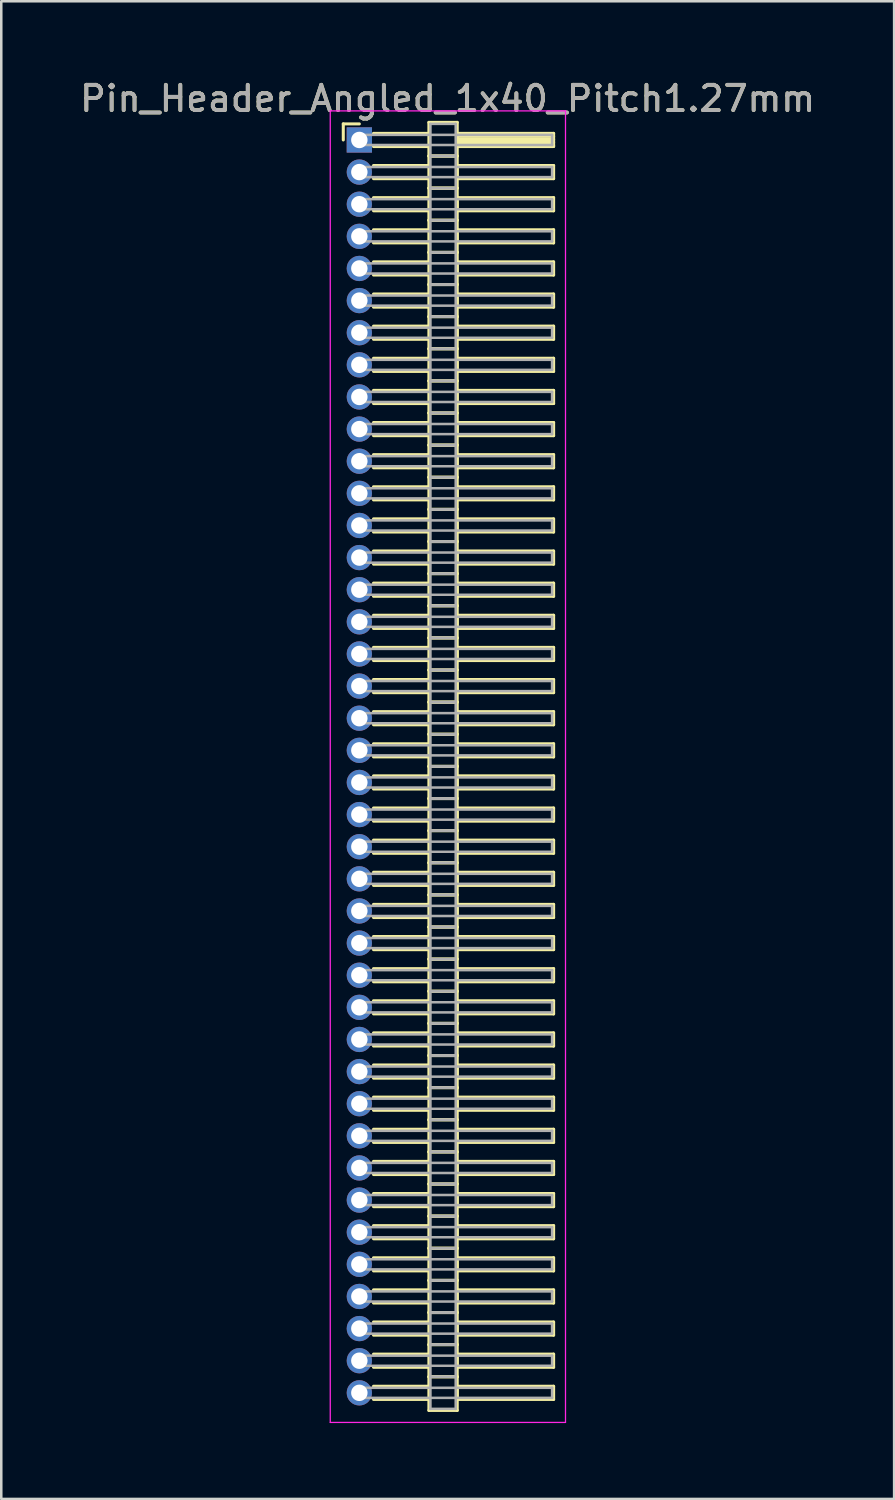
<source format=kicad_pcb>
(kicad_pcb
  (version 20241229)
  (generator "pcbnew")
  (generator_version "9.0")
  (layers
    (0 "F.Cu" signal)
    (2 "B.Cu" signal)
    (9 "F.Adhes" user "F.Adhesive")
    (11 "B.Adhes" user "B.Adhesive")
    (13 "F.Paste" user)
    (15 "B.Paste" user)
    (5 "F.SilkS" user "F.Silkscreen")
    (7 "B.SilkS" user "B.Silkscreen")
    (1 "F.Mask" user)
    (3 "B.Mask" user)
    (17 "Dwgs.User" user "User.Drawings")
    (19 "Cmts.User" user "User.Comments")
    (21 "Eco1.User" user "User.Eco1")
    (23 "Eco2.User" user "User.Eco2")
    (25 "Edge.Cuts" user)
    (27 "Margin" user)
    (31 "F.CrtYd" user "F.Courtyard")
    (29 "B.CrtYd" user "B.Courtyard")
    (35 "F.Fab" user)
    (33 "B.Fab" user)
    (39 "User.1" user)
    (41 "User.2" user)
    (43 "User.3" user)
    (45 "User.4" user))
  (footprint "Pin_Header_Angled_1x40_Pitch1.27mm"
    (layer "F.Cu")
    (at 11.156 2.483)
    (property "Reference" "Pin_Header_Angled_1x40_Pitch1.27mm" (at 3.493 -1.635 0) (layer "F.SilkS") (effects (font (size 1 1) (thickness 0.15))))
    (attr through_hole)
    (fp_line (start -0.635 -0.635) (end 0 -0.635) (stroke (width 0.12) (type solid)) (layer "F.SilkS"))
    (fp_line (start -0.635 0) (end -0.635 -0.635) (stroke (width 0.12) (type solid)) (layer "F.SilkS"))
    (fp_line (start 0.56 -0.26) (end 2.75 -0.26) (stroke (width 0.12) (type solid)) (layer "F.SilkS"))
    (fp_line (start 0.56 0.26) (end 2.75 0.26) (stroke (width 0.12) (type solid)) (layer "F.SilkS"))
    (fp_line (start 0.56 1.01) (end 2.75 1.01) (stroke (width 0.12) (type solid)) (layer "F.SilkS"))
    (fp_line (start 0.56 1.53) (end 2.75 1.53) (stroke (width 0.12) (type solid)) (layer "F.SilkS"))
    (fp_line (start 0.56 2.28) (end 2.75 2.28) (stroke (width 0.12) (type solid)) (layer "F.SilkS"))
    (fp_line (start 0.56 2.8) (end 2.75 2.8) (stroke (width 0.12) (type solid)) (layer "F.SilkS"))
    (fp_line (start 0.56 3.55) (end 2.75 3.55) (stroke (width 0.12) (type solid)) (layer "F.SilkS"))
    (fp_line (start 0.56 4.07) (end 2.75 4.07) (stroke (width 0.12) (type solid)) (layer "F.SilkS"))
    (fp_line (start 0.56 4.82) (end 2.75 4.82) (stroke (width 0.12) (type solid)) (layer "F.SilkS"))
    (fp_line (start 0.56 5.34) (end 2.75 5.34) (stroke (width 0.12) (type solid)) (layer "F.SilkS"))
    (fp_line (start 0.56 6.09) (end 2.75 6.09) (stroke (width 0.12) (type solid)) (layer "F.SilkS"))
    (fp_line (start 0.56 6.61) (end 2.75 6.61) (stroke (width 0.12) (type solid)) (layer "F.SilkS"))
    (fp_line (start 0.56 7.36) (end 2.75 7.36) (stroke (width 0.12) (type solid)) (layer "F.SilkS"))
    (fp_line (start 0.56 7.88) (end 2.75 7.88) (stroke (width 0.12) (type solid)) (layer "F.SilkS"))
    (fp_line (start 0.56 8.63) (end 2.75 8.63) (stroke (width 0.12) (type solid)) (layer "F.SilkS"))
    (fp_line (start 0.56 9.15) (end 2.75 9.15) (stroke (width 0.12) (type solid)) (layer "F.SilkS"))
    (fp_line (start 0.56 9.9) (end 2.75 9.9) (stroke (width 0.12) (type solid)) (layer "F.SilkS"))
    (fp_line (start 0.56 10.42) (end 2.75 10.42) (stroke (width 0.12) (type solid)) (layer "F.SilkS"))
    (fp_line (start 0.56 11.17) (end 2.75 11.17) (stroke (width 0.12) (type solid)) (layer "F.SilkS"))
    (fp_line (start 0.56 11.69) (end 2.75 11.69) (stroke (width 0.12) (type solid)) (layer "F.SilkS"))
    (fp_line (start 0.56 12.44) (end 2.75 12.44) (stroke (width 0.12) (type solid)) (layer "F.SilkS"))
    (fp_line (start 0.56 12.96) (end 2.75 12.96) (stroke (width 0.12) (type solid)) (layer "F.SilkS"))
    (fp_line (start 0.56 13.71) (end 2.75 13.71) (stroke (width 0.12) (type solid)) (layer "F.SilkS"))
    (fp_line (start 0.56 14.23) (end 2.75 14.23) (stroke (width 0.12) (type solid)) (layer "F.SilkS"))
    (fp_line (start 0.56 14.98) (end 2.75 14.98) (stroke (width 0.12) (type solid)) (layer "F.SilkS"))
    (fp_line (start 0.56 15.5) (end 2.75 15.5) (stroke (width 0.12) (type solid)) (layer "F.SilkS"))
    (fp_line (start 0.56 16.25) (end 2.75 16.25) (stroke (width 0.12) (type solid)) (layer "F.SilkS"))
    (fp_line (start 0.56 16.77) (end 2.75 16.77) (stroke (width 0.12) (type solid)) (layer "F.SilkS"))
    (fp_line (start 0.56 17.52) (end 2.75 17.52) (stroke (width 0.12) (type solid)) (layer "F.SilkS"))
    (fp_line (start 0.56 18.04) (end 2.75 18.04) (stroke (width 0.12) (type solid)) (layer "F.SilkS"))
    (fp_line (start 0.56 18.79) (end 2.75 18.79) (stroke (width 0.12) (type solid)) (layer "F.SilkS"))
    (fp_line (start 0.56 19.31) (end 2.75 19.31) (stroke (width 0.12) (type solid)) (layer "F.SilkS"))
    (fp_line (start 0.56 20.06) (end 2.75 20.06) (stroke (width 0.12) (type solid)) (layer "F.SilkS"))
    (fp_line (start 0.56 20.58) (end 2.75 20.58) (stroke (width 0.12) (type solid)) (layer "F.SilkS"))
    (fp_line (start 0.56 21.33) (end 2.75 21.33) (stroke (width 0.12) (type solid)) (layer "F.SilkS"))
    (fp_line (start 0.56 21.85) (end 2.75 21.85) (stroke (width 0.12) (type solid)) (layer "F.SilkS"))
    (fp_line (start 0.56 22.6) (end 2.75 22.6) (stroke (width 0.12) (type solid)) (layer "F.SilkS"))
    (fp_line (start 0.56 23.12) (end 2.75 23.12) (stroke (width 0.12) (type solid)) (layer "F.SilkS"))
    (fp_line (start 0.56 23.87) (end 2.75 23.87) (stroke (width 0.12) (type solid)) (layer "F.SilkS"))
    (fp_line (start 0.56 24.39) (end 2.75 24.39) (stroke (width 0.12) (type solid)) (layer "F.SilkS"))
    (fp_line (start 0.56 25.14) (end 2.75 25.14) (stroke (width 0.12) (type solid)) (layer "F.SilkS"))
    (fp_line (start 0.56 25.66) (end 2.75 25.66) (stroke (width 0.12) (type solid)) (layer "F.SilkS"))
    (fp_line (start 0.56 26.41) (end 2.75 26.41) (stroke (width 0.12) (type solid)) (layer "F.SilkS"))
    (fp_line (start 0.56 26.93) (end 2.75 26.93) (stroke (width 0.12) (type solid)) (layer "F.SilkS"))
    (fp_line (start 0.56 27.68) (end 2.75 27.68) (stroke (width 0.12) (type solid)) (layer "F.SilkS"))
    (fp_line (start 0.56 28.2) (end 2.75 28.2) (stroke (width 0.12) (type solid)) (layer "F.SilkS"))
    (fp_line (start 0.56 28.95) (end 2.75 28.95) (stroke (width 0.12) (type solid)) (layer "F.SilkS"))
    (fp_line (start 0.56 29.47) (end 2.75 29.47) (stroke (width 0.12) (type solid)) (layer "F.SilkS"))
    (fp_line (start 0.56 30.22) (end 2.75 30.22) (stroke (width 0.12) (type solid)) (layer "F.SilkS"))
    (fp_line (start 0.56 30.74) (end 2.75 30.74) (stroke (width 0.12) (type solid)) (layer "F.SilkS"))
    (fp_line (start 0.56 31.49) (end 2.75 31.49) (stroke (width 0.12) (type solid)) (layer "F.SilkS"))
    (fp_line (start 0.56 32.01) (end 2.75 32.01) (stroke (width 0.12) (type solid)) (layer "F.SilkS"))
    (fp_line (start 0.56 32.76) (end 2.75 32.76) (stroke (width 0.12) (type solid)) (layer "F.SilkS"))
    (fp_line (start 0.56 33.28) (end 2.75 33.28) (stroke (width 0.12) (type solid)) (layer "F.SilkS"))
    (fp_line (start 0.56 34.03) (end 2.75 34.03) (stroke (width 0.12) (type solid)) (layer "F.SilkS"))
    (fp_line (start 0.56 34.55) (end 2.75 34.55) (stroke (width 0.12) (type solid)) (layer "F.SilkS"))
    (fp_line (start 0.56 35.3) (end 2.75 35.3) (stroke (width 0.12) (type solid)) (layer "F.SilkS"))
    (fp_line (start 0.56 35.82) (end 2.75 35.82) (stroke (width 0.12) (type solid)) (layer "F.SilkS"))
    (fp_line (start 0.56 36.57) (end 2.75 36.57) (stroke (width 0.12) (type solid)) (layer "F.SilkS"))
    (fp_line (start 0.56 37.09) (end 2.75 37.09) (stroke (width 0.12) (type solid)) (layer "F.SilkS"))
    (fp_line (start 0.56 37.84) (end 2.75 37.84) (stroke (width 0.12) (type solid)) (layer "F.SilkS"))
    (fp_line (start 0.56 38.36) (end 2.75 38.36) (stroke (width 0.12) (type solid)) (layer "F.SilkS"))
    (fp_line (start 0.56 39.11) (end 2.75 39.11) (stroke (width 0.12) (type solid)) (layer "F.SilkS"))
    (fp_line (start 0.56 39.63) (end 2.75 39.63) (stroke (width 0.12) (type solid)) (layer "F.SilkS"))
    (fp_line (start 0.56 40.38) (end 2.75 40.38) (stroke (width 0.12) (type solid)) (layer "F.SilkS"))
    (fp_line (start 0.56 40.9) (end 2.75 40.9) (stroke (width 0.12) (type solid)) (layer "F.SilkS"))
    (fp_line (start 0.56 41.65) (end 2.75 41.65) (stroke (width 0.12) (type solid)) (layer "F.SilkS"))
    (fp_line (start 0.56 42.17) (end 2.75 42.17) (stroke (width 0.12) (type solid)) (layer "F.SilkS"))
    (fp_line (start 0.56 42.92) (end 2.75 42.92) (stroke (width 0.12) (type solid)) (layer "F.SilkS"))
    (fp_line (start 0.56 43.44) (end 2.75 43.44) (stroke (width 0.12) (type solid)) (layer "F.SilkS"))
    (fp_line (start 0.56 44.19) (end 2.75 44.19) (stroke (width 0.12) (type solid)) (layer "F.SilkS"))
    (fp_line (start 0.56 44.71) (end 2.75 44.71) (stroke (width 0.12) (type solid)) (layer "F.SilkS"))
    (fp_line (start 0.56 45.46) (end 2.75 45.46) (stroke (width 0.12) (type solid)) (layer "F.SilkS"))
    (fp_line (start 0.56 45.98) (end 2.75 45.98) (stroke (width 0.12) (type solid)) (layer "F.SilkS"))
    (fp_line (start 0.56 46.73) (end 2.75 46.73) (stroke (width 0.12) (type solid)) (layer "F.SilkS"))
    (fp_line (start 0.56 47.25) (end 2.75 47.25) (stroke (width 0.12) (type solid)) (layer "F.SilkS"))
    (fp_line (start 0.56 48) (end 2.75 48) (stroke (width 0.12) (type solid)) (layer "F.SilkS"))
    (fp_line (start 0.56 48.52) (end 2.75 48.52) (stroke (width 0.12) (type solid)) (layer "F.SilkS"))
    (fp_line (start 0.56 49.27) (end 2.75 49.27) (stroke (width 0.12) (type solid)) (layer "F.SilkS"))
    (fp_line (start 0.56 49.79) (end 2.75 49.79) (stroke (width 0.12) (type solid)) (layer "F.SilkS"))
    (fp_line (start 2.75 -0.695) (end 2.75 0.635) (stroke (width 0.12) (type solid)) (layer "F.SilkS"))
    (fp_line (start 2.75 0.635) (end 2.75 1.905) (stroke (width 0.12) (type solid)) (layer "F.SilkS"))
    (fp_line (start 2.75 0.635) (end 3.87 0.635) (stroke (width 0.12) (type solid)) (layer "F.SilkS"))
    (fp_line (start 2.75 1.905) (end 2.75 3.175) (stroke (width 0.12) (type solid)) (layer "F.SilkS"))
    (fp_line (start 2.75 1.905) (end 3.87 1.905) (stroke (width 0.12) (type solid)) (layer "F.SilkS"))
    (fp_line (start 2.75 3.175) (end 2.75 4.445) (stroke (width 0.12) (type solid)) (layer "F.SilkS"))
    (fp_line (start 2.75 3.175) (end 3.87 3.175) (stroke (width 0.12) (type solid)) (layer "F.SilkS"))
    (fp_line (start 2.75 4.445) (end 2.75 5.715) (stroke (width 0.12) (type solid)) (layer "F.SilkS"))
    (fp_line (start 2.75 4.445) (end 3.87 4.445) (stroke (width 0.12) (type solid)) (layer "F.SilkS"))
    (fp_line (start 2.75 5.715) (end 2.75 6.985) (stroke (width 0.12) (type solid)) (layer "F.SilkS"))
    (fp_line (start 2.75 5.715) (end 3.87 5.715) (stroke (width 0.12) (type solid)) (layer "F.SilkS"))
    (fp_line (start 2.75 6.985) (end 2.75 8.255) (stroke (width 0.12) (type solid)) (layer "F.SilkS"))
    (fp_line (start 2.75 6.985) (end 3.87 6.985) (stroke (width 0.12) (type solid)) (layer "F.SilkS"))
    (fp_line (start 2.75 8.255) (end 2.75 9.525) (stroke (width 0.12) (type solid)) (layer "F.SilkS"))
    (fp_line (start 2.75 8.255) (end 3.87 8.255) (stroke (width 0.12) (type solid)) (layer "F.SilkS"))
    (fp_line (start 2.75 9.525) (end 2.75 10.795) (stroke (width 0.12) (type solid)) (layer "F.SilkS"))
    (fp_line (start 2.75 9.525) (end 3.87 9.525) (stroke (width 0.12) (type solid)) (layer "F.SilkS"))
    (fp_line (start 2.75 10.795) (end 2.75 12.065) (stroke (width 0.12) (type solid)) (layer "F.SilkS"))
    (fp_line (start 2.75 10.795) (end 3.87 10.795) (stroke (width 0.12) (type solid)) (layer "F.SilkS"))
    (fp_line (start 2.75 12.065) (end 2.75 13.335) (stroke (width 0.12) (type solid)) (layer "F.SilkS"))
    (fp_line (start 2.75 12.065) (end 3.87 12.065) (stroke (width 0.12) (type solid)) (layer "F.SilkS"))
    (fp_line (start 2.75 13.335) (end 2.75 14.605) (stroke (width 0.12) (type solid)) (layer "F.SilkS"))
    (fp_line (start 2.75 13.335) (end 3.87 13.335) (stroke (width 0.12) (type solid)) (layer "F.SilkS"))
    (fp_line (start 2.75 14.605) (end 2.75 15.875) (stroke (width 0.12) (type solid)) (layer "F.SilkS"))
    (fp_line (start 2.75 14.605) (end 3.87 14.605) (stroke (width 0.12) (type solid)) (layer "F.SilkS"))
    (fp_line (start 2.75 15.875) (end 2.75 17.145) (stroke (width 0.12) (type solid)) (layer "F.SilkS"))
    (fp_line (start 2.75 15.875) (end 3.87 15.875) (stroke (width 0.12) (type solid)) (layer "F.SilkS"))
    (fp_line (start 2.75 17.145) (end 2.75 18.415) (stroke (width 0.12) (type solid)) (layer "F.SilkS"))
    (fp_line (start 2.75 17.145) (end 3.87 17.145) (stroke (width 0.12) (type solid)) (layer "F.SilkS"))
    (fp_line (start 2.75 18.415) (end 2.75 19.685) (stroke (width 0.12) (type solid)) (layer "F.SilkS"))
    (fp_line (start 2.75 18.415) (end 3.87 18.415) (stroke (width 0.12) (type solid)) (layer "F.SilkS"))
    (fp_line (start 2.75 19.685) (end 2.75 20.955) (stroke (width 0.12) (type solid)) (layer "F.SilkS"))
    (fp_line (start 2.75 19.685) (end 3.87 19.685) (stroke (width 0.12) (type solid)) (layer "F.SilkS"))
    (fp_line (start 2.75 20.955) (end 2.75 22.225) (stroke (width 0.12) (type solid)) (layer "F.SilkS"))
    (fp_line (start 2.75 20.955) (end 3.87 20.955) (stroke (width 0.12) (type solid)) (layer "F.SilkS"))
    (fp_line (start 2.75 22.225) (end 2.75 23.495) (stroke (width 0.12) (type solid)) (layer "F.SilkS"))
    (fp_line (start 2.75 22.225) (end 3.87 22.225) (stroke (width 0.12) (type solid)) (layer "F.SilkS"))
    (fp_line (start 2.75 23.495) (end 2.75 24.765) (stroke (width 0.12) (type solid)) (layer "F.SilkS"))
    (fp_line (start 2.75 23.495) (end 3.87 23.495) (stroke (width 0.12) (type solid)) (layer "F.SilkS"))
    (fp_line (start 2.75 24.765) (end 2.75 26.035) (stroke (width 0.12) (type solid)) (layer "F.SilkS"))
    (fp_line (start 2.75 24.765) (end 3.87 24.765) (stroke (width 0.12) (type solid)) (layer "F.SilkS"))
    (fp_line (start 2.75 26.035) (end 2.75 27.305) (stroke (width 0.12) (type solid)) (layer "F.SilkS"))
    (fp_line (start 2.75 26.035) (end 3.87 26.035) (stroke (width 0.12) (type solid)) (layer "F.SilkS"))
    (fp_line (start 2.75 27.305) (end 2.75 28.575) (stroke (width 0.12) (type solid)) (layer "F.SilkS"))
    (fp_line (start 2.75 27.305) (end 3.87 27.305) (stroke (width 0.12) (type solid)) (layer "F.SilkS"))
    (fp_line (start 2.75 28.575) (end 2.75 29.845) (stroke (width 0.12) (type solid)) (layer "F.SilkS"))
    (fp_line (start 2.75 28.575) (end 3.87 28.575) (stroke (width 0.12) (type solid)) (layer "F.SilkS"))
    (fp_line (start 2.75 29.845) (end 2.75 31.115) (stroke (width 0.12) (type solid)) (layer "F.SilkS"))
    (fp_line (start 2.75 29.845) (end 3.87 29.845) (stroke (width 0.12) (type solid)) (layer "F.SilkS"))
    (fp_line (start 2.75 31.115) (end 2.75 32.385) (stroke (width 0.12) (type solid)) (layer "F.SilkS"))
    (fp_line (start 2.75 31.115) (end 3.87 31.115) (stroke (width 0.12) (type solid)) (layer "F.SilkS"))
    (fp_line (start 2.75 32.385) (end 2.75 33.655) (stroke (width 0.12) (type solid)) (layer "F.SilkS"))
    (fp_line (start 2.75 32.385) (end 3.87 32.385) (stroke (width 0.12) (type solid)) (layer "F.SilkS"))
    (fp_line (start 2.75 33.655) (end 2.75 34.925) (stroke (width 0.12) (type solid)) (layer "F.SilkS"))
    (fp_line (start 2.75 33.655) (end 3.87 33.655) (stroke (width 0.12) (type solid)) (layer "F.SilkS"))
    (fp_line (start 2.75 34.925) (end 2.75 36.195) (stroke (width 0.12) (type solid)) (layer "F.SilkS"))
    (fp_line (start 2.75 34.925) (end 3.87 34.925) (stroke (width 0.12) (type solid)) (layer "F.SilkS"))
    (fp_line (start 2.75 36.195) (end 2.75 37.465) (stroke (width 0.12) (type solid)) (layer "F.SilkS"))
    (fp_line (start 2.75 36.195) (end 3.87 36.195) (stroke (width 0.12) (type solid)) (layer "F.SilkS"))
    (fp_line (start 2.75 37.465) (end 2.75 38.735) (stroke (width 0.12) (type solid)) (layer "F.SilkS"))
    (fp_line (start 2.75 37.465) (end 3.87 37.465) (stroke (width 0.12) (type solid)) (layer "F.SilkS"))
    (fp_line (start 2.75 38.735) (end 2.75 40.005) (stroke (width 0.12) (type solid)) (layer "F.SilkS"))
    (fp_line (start 2.75 38.735) (end 3.87 38.735) (stroke (width 0.12) (type solid)) (layer "F.SilkS"))
    (fp_line (start 2.75 40.005) (end 2.75 41.275) (stroke (width 0.12) (type solid)) (layer "F.SilkS"))
    (fp_line (start 2.75 40.005) (end 3.87 40.005) (stroke (width 0.12) (type solid)) (layer "F.SilkS"))
    (fp_line (start 2.75 41.275) (end 2.75 42.545) (stroke (width 0.12) (type solid)) (layer "F.SilkS"))
    (fp_line (start 2.75 41.275) (end 3.87 41.275) (stroke (width 0.12) (type solid)) (layer "F.SilkS"))
    (fp_line (start 2.75 42.545) (end 2.75 43.815) (stroke (width 0.12) (type solid)) (layer "F.SilkS"))
    (fp_line (start 2.75 42.545) (end 3.87 42.545) (stroke (width 0.12) (type solid)) (layer "F.SilkS"))
    (fp_line (start 2.75 43.815) (end 2.75 45.085) (stroke (width 0.12) (type solid)) (layer "F.SilkS"))
    (fp_line (start 2.75 43.815) (end 3.87 43.815) (stroke (width 0.12) (type solid)) (layer "F.SilkS"))
    (fp_line (start 2.75 45.085) (end 2.75 46.355) (stroke (width 0.12) (type solid)) (layer "F.SilkS"))
    (fp_line (start 2.75 45.085) (end 3.87 45.085) (stroke (width 0.12) (type solid)) (layer "F.SilkS"))
    (fp_line (start 2.75 46.355) (end 2.75 47.625) (stroke (width 0.12) (type solid)) (layer "F.SilkS"))
    (fp_line (start 2.75 46.355) (end 3.87 46.355) (stroke (width 0.12) (type solid)) (layer "F.SilkS"))
    (fp_line (start 2.75 47.625) (end 2.75 48.895) (stroke (width 0.12) (type solid)) (layer "F.SilkS"))
    (fp_line (start 2.75 47.625) (end 3.87 47.625) (stroke (width 0.12) (type solid)) (layer "F.SilkS"))
    (fp_line (start 2.75 48.895) (end 2.75 50.225) (stroke (width 0.12) (type solid)) (layer "F.SilkS"))
    (fp_line (start 2.75 48.895) (end 3.87 48.895) (stroke (width 0.12) (type solid)) (layer "F.SilkS"))
    (fp_line (start 2.75 50.225) (end 3.87 50.225) (stroke (width 0.12) (type solid)) (layer "F.SilkS"))
    (fp_line (start 3.87 -0.695) (end 2.75 -0.695) (stroke (width 0.12) (type solid)) (layer "F.SilkS"))
    (fp_line (start 3.87 -0.26) (end 3.87 0.26) (stroke (width 0.12) (type solid)) (layer "F.SilkS"))
    (fp_line (start 3.87 -0.14) (end 7.68 -0.14) (stroke (width 0.12) (type solid)) (layer "F.SilkS"))
    (fp_line (start 3.87 -0.02) (end 7.68 -0.02) (stroke (width 0.12) (type solid)) (layer "F.SilkS"))
    (fp_line (start 3.87 0.1) (end 7.68 0.1) (stroke (width 0.12) (type solid)) (layer "F.SilkS"))
    (fp_line (start 3.87 0.22) (end 7.68 0.22) (stroke (width 0.12) (type solid)) (layer "F.SilkS"))
    (fp_line (start 3.87 0.26) (end 7.68 0.26) (stroke (width 0.12) (type solid)) (layer "F.SilkS"))
    (fp_line (start 3.87 0.635) (end 2.75 0.635) (stroke (width 0.12) (type solid)) (layer "F.SilkS"))
    (fp_line (start 3.87 0.635) (end 3.87 -0.695) (stroke (width 0.12) (type solid)) (layer "F.SilkS"))
    (fp_line (start 3.87 1.01) (end 3.87 1.53) (stroke (width 0.12) (type solid)) (layer "F.SilkS"))
    (fp_line (start 3.87 1.53) (end 7.68 1.53) (stroke (width 0.12) (type solid)) (layer "F.SilkS"))
    (fp_line (start 3.87 1.905) (end 2.75 1.905) (stroke (width 0.12) (type solid)) (layer "F.SilkS"))
    (fp_line (start 3.87 1.905) (end 3.87 0.635) (stroke (width 0.12) (type solid)) (layer "F.SilkS"))
    (fp_line (start 3.87 2.28) (end 3.87 2.8) (stroke (width 0.12) (type solid)) (layer "F.SilkS"))
    (fp_line (start 3.87 2.8) (end 7.68 2.8) (stroke (width 0.12) (type solid)) (layer "F.SilkS"))
    (fp_line (start 3.87 3.175) (end 2.75 3.175) (stroke (width 0.12) (type solid)) (layer "F.SilkS"))
    (fp_line (start 3.87 3.175) (end 3.87 1.905) (stroke (width 0.12) (type solid)) (layer "F.SilkS"))
    (fp_line (start 3.87 3.55) (end 3.87 4.07) (stroke (width 0.12) (type solid)) (layer "F.SilkS"))
    (fp_line (start 3.87 4.07) (end 7.68 4.07) (stroke (width 0.12) (type solid)) (layer "F.SilkS"))
    (fp_line (start 3.87 4.445) (end 2.75 4.445) (stroke (width 0.12) (type solid)) (layer "F.SilkS"))
    (fp_line (start 3.87 4.445) (end 3.87 3.175) (stroke (width 0.12) (type solid)) (layer "F.SilkS"))
    (fp_line (start 3.87 4.82) (end 3.87 5.34) (stroke (width 0.12) (type solid)) (layer "F.SilkS"))
    (fp_line (start 3.87 5.34) (end 7.68 5.34) (stroke (width 0.12) (type solid)) (layer "F.SilkS"))
    (fp_line (start 3.87 5.715) (end 2.75 5.715) (stroke (width 0.12) (type solid)) (layer "F.SilkS"))
    (fp_line (start 3.87 5.715) (end 3.87 4.445) (stroke (width 0.12) (type solid)) (layer "F.SilkS"))
    (fp_line (start 3.87 6.09) (end 3.87 6.61) (stroke (width 0.12) (type solid)) (layer "F.SilkS"))
    (fp_line (start 3.87 6.61) (end 7.68 6.61) (stroke (width 0.12) (type solid)) (layer "F.SilkS"))
    (fp_line (start 3.87 6.985) (end 2.75 6.985) (stroke (width 0.12) (type solid)) (layer "F.SilkS"))
    (fp_line (start 3.87 6.985) (end 3.87 5.715) (stroke (width 0.12) (type solid)) (layer "F.SilkS"))
    (fp_line (start 3.87 7.36) (end 3.87 7.88) (stroke (width 0.12) (type solid)) (layer "F.SilkS"))
    (fp_line (start 3.87 7.88) (end 7.68 7.88) (stroke (width 0.12) (type solid)) (layer "F.SilkS"))
    (fp_line (start 3.87 8.255) (end 2.75 8.255) (stroke (width 0.12) (type solid)) (layer "F.SilkS"))
    (fp_line (start 3.87 8.255) (end 3.87 6.985) (stroke (width 0.12) (type solid)) (layer "F.SilkS"))
    (fp_line (start 3.87 8.63) (end 3.87 9.15) (stroke (width 0.12) (type solid)) (layer "F.SilkS"))
    (fp_line (start 3.87 9.15) (end 7.68 9.15) (stroke (width 0.12) (type solid)) (layer "F.SilkS"))
    (fp_line (start 3.87 9.525) (end 2.75 9.525) (stroke (width 0.12) (type solid)) (layer "F.SilkS"))
    (fp_line (start 3.87 9.525) (end 3.87 8.255) (stroke (width 0.12) (type solid)) (layer "F.SilkS"))
    (fp_line (start 3.87 9.9) (end 3.87 10.42) (stroke (width 0.12) (type solid)) (layer "F.SilkS"))
    (fp_line (start 3.87 10.42) (end 7.68 10.42) (stroke (width 0.12) (type solid)) (layer "F.SilkS"))
    (fp_line (start 3.87 10.795) (end 2.75 10.795) (stroke (width 0.12) (type solid)) (layer "F.SilkS"))
    (fp_line (start 3.87 10.795) (end 3.87 9.525) (stroke (width 0.12) (type solid)) (layer "F.SilkS"))
    (fp_line (start 3.87 11.17) (end 3.87 11.69) (stroke (width 0.12) (type solid)) (layer "F.SilkS"))
    (fp_line (start 3.87 11.69) (end 7.68 11.69) (stroke (width 0.12) (type solid)) (layer "F.SilkS"))
    (fp_line (start 3.87 12.065) (end 2.75 12.065) (stroke (width 0.12) (type solid)) (layer "F.SilkS"))
    (fp_line (start 3.87 12.065) (end 3.87 10.795) (stroke (width 0.12) (type solid)) (layer "F.SilkS"))
    (fp_line (start 3.87 12.44) (end 3.87 12.96) (stroke (width 0.12) (type solid)) (layer "F.SilkS"))
    (fp_line (start 3.87 12.96) (end 7.68 12.96) (stroke (width 0.12) (type solid)) (layer "F.SilkS"))
    (fp_line (start 3.87 13.335) (end 2.75 13.335) (stroke (width 0.12) (type solid)) (layer "F.SilkS"))
    (fp_line (start 3.87 13.335) (end 3.87 12.065) (stroke (width 0.12) (type solid)) (layer "F.SilkS"))
    (fp_line (start 3.87 13.71) (end 3.87 14.23) (stroke (width 0.12) (type solid)) (layer "F.SilkS"))
    (fp_line (start 3.87 14.23) (end 7.68 14.23) (stroke (width 0.12) (type solid)) (layer "F.SilkS"))
    (fp_line (start 3.87 14.605) (end 2.75 14.605) (stroke (width 0.12) (type solid)) (layer "F.SilkS"))
    (fp_line (start 3.87 14.605) (end 3.87 13.335) (stroke (width 0.12) (type solid)) (layer "F.SilkS"))
    (fp_line (start 3.87 14.98) (end 3.87 15.5) (stroke (width 0.12) (type solid)) (layer "F.SilkS"))
    (fp_line (start 3.87 15.5) (end 7.68 15.5) (stroke (width 0.12) (type solid)) (layer "F.SilkS"))
    (fp_line (start 3.87 15.875) (end 2.75 15.875) (stroke (width 0.12) (type solid)) (layer "F.SilkS"))
    (fp_line (start 3.87 15.875) (end 3.87 14.605) (stroke (width 0.12) (type solid)) (layer "F.SilkS"))
    (fp_line (start 3.87 16.25) (end 3.87 16.77) (stroke (width 0.12) (type solid)) (layer "F.SilkS"))
    (fp_line (start 3.87 16.77) (end 7.68 16.77) (stroke (width 0.12) (type solid)) (layer "F.SilkS"))
    (fp_line (start 3.87 17.145) (end 2.75 17.145) (stroke (width 0.12) (type solid)) (layer "F.SilkS"))
    (fp_line (start 3.87 17.145) (end 3.87 15.875) (stroke (width 0.12) (type solid)) (layer "F.SilkS"))
    (fp_line (start 3.87 17.52) (end 3.87 18.04) (stroke (width 0.12) (type solid)) (layer "F.SilkS"))
    (fp_line (start 3.87 18.04) (end 7.68 18.04) (stroke (width 0.12) (type solid)) (layer "F.SilkS"))
    (fp_line (start 3.87 18.415) (end 2.75 18.415) (stroke (width 0.12) (type solid)) (layer "F.SilkS"))
    (fp_line (start 3.87 18.415) (end 3.87 17.145) (stroke (width 0.12) (type solid)) (layer "F.SilkS"))
    (fp_line (start 3.87 18.79) (end 3.87 19.31) (stroke (width 0.12) (type solid)) (layer "F.SilkS"))
    (fp_line (start 3.87 19.31) (end 7.68 19.31) (stroke (width 0.12) (type solid)) (layer "F.SilkS"))
    (fp_line (start 3.87 19.685) (end 2.75 19.685) (stroke (width 0.12) (type solid)) (layer "F.SilkS"))
    (fp_line (start 3.87 19.685) (end 3.87 18.415) (stroke (width 0.12) (type solid)) (layer "F.SilkS"))
    (fp_line (start 3.87 20.06) (end 3.87 20.58) (stroke (width 0.12) (type solid)) (layer "F.SilkS"))
    (fp_line (start 3.87 20.58) (end 7.68 20.58) (stroke (width 0.12) (type solid)) (layer "F.SilkS"))
    (fp_line (start 3.87 20.955) (end 2.75 20.955) (stroke (width 0.12) (type solid)) (layer "F.SilkS"))
    (fp_line (start 3.87 20.955) (end 3.87 19.685) (stroke (width 0.12) (type solid)) (layer "F.SilkS"))
    (fp_line (start 3.87 21.33) (end 3.87 21.85) (stroke (width 0.12) (type solid)) (layer "F.SilkS"))
    (fp_line (start 3.87 21.85) (end 7.68 21.85) (stroke (width 0.12) (type solid)) (layer "F.SilkS"))
    (fp_line (start 3.87 22.225) (end 2.75 22.225) (stroke (width 0.12) (type solid)) (layer "F.SilkS"))
    (fp_line (start 3.87 22.225) (end 3.87 20.955) (stroke (width 0.12) (type solid)) (layer "F.SilkS"))
    (fp_line (start 3.87 22.6) (end 3.87 23.12) (stroke (width 0.12) (type solid)) (layer "F.SilkS"))
    (fp_line (start 3.87 23.12) (end 7.68 23.12) (stroke (width 0.12) (type solid)) (layer "F.SilkS"))
    (fp_line (start 3.87 23.495) (end 2.75 23.495) (stroke (width 0.12) (type solid)) (layer "F.SilkS"))
    (fp_line (start 3.87 23.495) (end 3.87 22.225) (stroke (width 0.12) (type solid)) (layer "F.SilkS"))
    (fp_line (start 3.87 23.87) (end 3.87 24.39) (stroke (width 0.12) (type solid)) (layer "F.SilkS"))
    (fp_line (start 3.87 24.39) (end 7.68 24.39) (stroke (width 0.12) (type solid)) (layer "F.SilkS"))
    (fp_line (start 3.87 24.765) (end 2.75 24.765) (stroke (width 0.12) (type solid)) (layer "F.SilkS"))
    (fp_line (start 3.87 24.765) (end 3.87 23.495) (stroke (width 0.12) (type solid)) (layer "F.SilkS"))
    (fp_line (start 3.87 25.14) (end 3.87 25.66) (stroke (width 0.12) (type solid)) (layer "F.SilkS"))
    (fp_line (start 3.87 25.66) (end 7.68 25.66) (stroke (width 0.12) (type solid)) (layer "F.SilkS"))
    (fp_line (start 3.87 26.035) (end 2.75 26.035) (stroke (width 0.12) (type solid)) (layer "F.SilkS"))
    (fp_line (start 3.87 26.035) (end 3.87 24.765) (stroke (width 0.12) (type solid)) (layer "F.SilkS"))
    (fp_line (start 3.87 26.41) (end 3.87 26.93) (stroke (width 0.12) (type solid)) (layer "F.SilkS"))
    (fp_line (start 3.87 26.93) (end 7.68 26.93) (stroke (width 0.12) (type solid)) (layer "F.SilkS"))
    (fp_line (start 3.87 27.305) (end 2.75 27.305) (stroke (width 0.12) (type solid)) (layer "F.SilkS"))
    (fp_line (start 3.87 27.305) (end 3.87 26.035) (stroke (width 0.12) (type solid)) (layer "F.SilkS"))
    (fp_line (start 3.87 27.68) (end 3.87 28.2) (stroke (width 0.12) (type solid)) (layer "F.SilkS"))
    (fp_line (start 3.87 28.2) (end 7.68 28.2) (stroke (width 0.12) (type solid)) (layer "F.SilkS"))
    (fp_line (start 3.87 28.575) (end 2.75 28.575) (stroke (width 0.12) (type solid)) (layer "F.SilkS"))
    (fp_line (start 3.87 28.575) (end 3.87 27.305) (stroke (width 0.12) (type solid)) (layer "F.SilkS"))
    (fp_line (start 3.87 28.95) (end 3.87 29.47) (stroke (width 0.12) (type solid)) (layer "F.SilkS"))
    (fp_line (start 3.87 29.47) (end 7.68 29.47) (stroke (width 0.12) (type solid)) (layer "F.SilkS"))
    (fp_line (start 3.87 29.845) (end 2.75 29.845) (stroke (width 0.12) (type solid)) (layer "F.SilkS"))
    (fp_line (start 3.87 29.845) (end 3.87 28.575) (stroke (width 0.12) (type solid)) (layer "F.SilkS"))
    (fp_line (start 3.87 30.22) (end 3.87 30.74) (stroke (width 0.12) (type solid)) (layer "F.SilkS"))
    (fp_line (start 3.87 30.74) (end 7.68 30.74) (stroke (width 0.12) (type solid)) (layer "F.SilkS"))
    (fp_line (start 3.87 31.115) (end 2.75 31.115) (stroke (width 0.12) (type solid)) (layer "F.SilkS"))
    (fp_line (start 3.87 31.115) (end 3.87 29.845) (stroke (width 0.12) (type solid)) (layer "F.SilkS"))
    (fp_line (start 3.87 31.49) (end 3.87 32.01) (stroke (width 0.12) (type solid)) (layer "F.SilkS"))
    (fp_line (start 3.87 32.01) (end 7.68 32.01) (stroke (width 0.12) (type solid)) (layer "F.SilkS"))
    (fp_line (start 3.87 32.385) (end 2.75 32.385) (stroke (width 0.12) (type solid)) (layer "F.SilkS"))
    (fp_line (start 3.87 32.385) (end 3.87 31.115) (stroke (width 0.12) (type solid)) (layer "F.SilkS"))
    (fp_line (start 3.87 32.76) (end 3.87 33.28) (stroke (width 0.12) (type solid)) (layer "F.SilkS"))
    (fp_line (start 3.87 33.28) (end 7.68 33.28) (stroke (width 0.12) (type solid)) (layer "F.SilkS"))
    (fp_line (start 3.87 33.655) (end 2.75 33.655) (stroke (width 0.12) (type solid)) (layer "F.SilkS"))
    (fp_line (start 3.87 33.655) (end 3.87 32.385) (stroke (width 0.12) (type solid)) (layer "F.SilkS"))
    (fp_line (start 3.87 34.03) (end 3.87 34.55) (stroke (width 0.12) (type solid)) (layer "F.SilkS"))
    (fp_line (start 3.87 34.55) (end 7.68 34.55) (stroke (width 0.12) (type solid)) (layer "F.SilkS"))
    (fp_line (start 3.87 34.925) (end 2.75 34.925) (stroke (width 0.12) (type solid)) (layer "F.SilkS"))
    (fp_line (start 3.87 34.925) (end 3.87 33.655) (stroke (width 0.12) (type solid)) (layer "F.SilkS"))
    (fp_line (start 3.87 35.3) (end 3.87 35.82) (stroke (width 0.12) (type solid)) (layer "F.SilkS"))
    (fp_line (start 3.87 35.82) (end 7.68 35.82) (stroke (width 0.12) (type solid)) (layer "F.SilkS"))
    (fp_line (start 3.87 36.195) (end 2.75 36.195) (stroke (width 0.12) (type solid)) (layer "F.SilkS"))
    (fp_line (start 3.87 36.195) (end 3.87 34.925) (stroke (width 0.12) (type solid)) (layer "F.SilkS"))
    (fp_line (start 3.87 36.57) (end 3.87 37.09) (stroke (width 0.12) (type solid)) (layer "F.SilkS"))
    (fp_line (start 3.87 37.09) (end 7.68 37.09) (stroke (width 0.12) (type solid)) (layer "F.SilkS"))
    (fp_line (start 3.87 37.465) (end 2.75 37.465) (stroke (width 0.12) (type solid)) (layer "F.SilkS"))
    (fp_line (start 3.87 37.465) (end 3.87 36.195) (stroke (width 0.12) (type solid)) (layer "F.SilkS"))
    (fp_line (start 3.87 37.84) (end 3.87 38.36) (stroke (width 0.12) (type solid)) (layer "F.SilkS"))
    (fp_line (start 3.87 38.36) (end 7.68 38.36) (stroke (width 0.12) (type solid)) (layer "F.SilkS"))
    (fp_line (start 3.87 38.735) (end 2.75 38.735) (stroke (width 0.12) (type solid)) (layer "F.SilkS"))
    (fp_line (start 3.87 38.735) (end 3.87 37.465) (stroke (width 0.12) (type solid)) (layer "F.SilkS"))
    (fp_line (start 3.87 39.11) (end 3.87 39.63) (stroke (width 0.12) (type solid)) (layer "F.SilkS"))
    (fp_line (start 3.87 39.63) (end 7.68 39.63) (stroke (width 0.12) (type solid)) (layer "F.SilkS"))
    (fp_line (start 3.87 40.005) (end 2.75 40.005) (stroke (width 0.12) (type solid)) (layer "F.SilkS"))
    (fp_line (start 3.87 40.005) (end 3.87 38.735) (stroke (width 0.12) (type solid)) (layer "F.SilkS"))
    (fp_line (start 3.87 40.38) (end 3.87 40.9) (stroke (width 0.12) (type solid)) (layer "F.SilkS"))
    (fp_line (start 3.87 40.9) (end 7.68 40.9) (stroke (width 0.12) (type solid)) (layer "F.SilkS"))
    (fp_line (start 3.87 41.275) (end 2.75 41.275) (stroke (width 0.12) (type solid)) (layer "F.SilkS"))
    (fp_line (start 3.87 41.275) (end 3.87 40.005) (stroke (width 0.12) (type solid)) (layer "F.SilkS"))
    (fp_line (start 3.87 41.65) (end 3.87 42.17) (stroke (width 0.12) (type solid)) (layer "F.SilkS"))
    (fp_line (start 3.87 42.17) (end 7.68 42.17) (stroke (width 0.12) (type solid)) (layer "F.SilkS"))
    (fp_line (start 3.87 42.545) (end 2.75 42.545) (stroke (width 0.12) (type solid)) (layer "F.SilkS"))
    (fp_line (start 3.87 42.545) (end 3.87 41.275) (stroke (width 0.12) (type solid)) (layer "F.SilkS"))
    (fp_line (start 3.87 42.92) (end 3.87 43.44) (stroke (width 0.12) (type solid)) (layer "F.SilkS"))
    (fp_line (start 3.87 43.44) (end 7.68 43.44) (stroke (width 0.12) (type solid)) (layer "F.SilkS"))
    (fp_line (start 3.87 43.815) (end 2.75 43.815) (stroke (width 0.12) (type solid)) (layer "F.SilkS"))
    (fp_line (start 3.87 43.815) (end 3.87 42.545) (stroke (width 0.12) (type solid)) (layer "F.SilkS"))
    (fp_line (start 3.87 44.19) (end 3.87 44.71) (stroke (width 0.12) (type solid)) (layer "F.SilkS"))
    (fp_line (start 3.87 44.71) (end 7.68 44.71) (stroke (width 0.12) (type solid)) (layer "F.SilkS"))
    (fp_line (start 3.87 45.085) (end 2.75 45.085) (stroke (width 0.12) (type solid)) (layer "F.SilkS"))
    (fp_line (start 3.87 45.085) (end 3.87 43.815) (stroke (width 0.12) (type solid)) (layer "F.SilkS"))
    (fp_line (start 3.87 45.46) (end 3.87 45.98) (stroke (width 0.12) (type solid)) (layer "F.SilkS"))
    (fp_line (start 3.87 45.98) (end 7.68 45.98) (stroke (width 0.12) (type solid)) (layer "F.SilkS"))
    (fp_line (start 3.87 46.355) (end 2.75 46.355) (stroke (width 0.12) (type solid)) (layer "F.SilkS"))
    (fp_line (start 3.87 46.355) (end 3.87 45.085) (stroke (width 0.12) (type solid)) (layer "F.SilkS"))
    (fp_line (start 3.87 46.73) (end 3.87 47.25) (stroke (width 0.12) (type solid)) (layer "F.SilkS"))
    (fp_line (start 3.87 47.25) (end 7.68 47.25) (stroke (width 0.12) (type solid)) (layer "F.SilkS"))
    (fp_line (start 3.87 47.625) (end 2.75 47.625) (stroke (width 0.12) (type solid)) (layer "F.SilkS"))
    (fp_line (start 3.87 47.625) (end 3.87 46.355) (stroke (width 0.12) (type solid)) (layer "F.SilkS"))
    (fp_line (start 3.87 48) (end 3.87 48.52) (stroke (width 0.12) (type solid)) (layer "F.SilkS"))
    (fp_line (start 3.87 48.52) (end 7.68 48.52) (stroke (width 0.12) (type solid)) (layer "F.SilkS"))
    (fp_line (start 3.87 48.895) (end 2.75 48.895) (stroke (width 0.12) (type solid)) (layer "F.SilkS"))
    (fp_line (start 3.87 48.895) (end 3.87 47.625) (stroke (width 0.12) (type solid)) (layer "F.SilkS"))
    (fp_line (start 3.87 49.27) (end 3.87 49.79) (stroke (width 0.12) (type solid)) (layer "F.SilkS"))
    (fp_line (start 3.87 49.79) (end 7.68 49.79) (stroke (width 0.12) (type solid)) (layer "F.SilkS"))
    (fp_line (start 3.87 50.225) (end 3.87 48.895) (stroke (width 0.12) (type solid)) (layer "F.SilkS"))
    (fp_line (start 7.68 -0.26) (end 3.87 -0.26) (stroke (width 0.12) (type solid)) (layer "F.SilkS"))
    (fp_line (start 7.68 0.26) (end 7.68 -0.26) (stroke (width 0.12) (type solid)) (layer "F.SilkS"))
    (fp_line (start 7.68 1.01) (end 3.87 1.01) (stroke (width 0.12) (type solid)) (layer "F.SilkS"))
    (fp_line (start 7.68 1.53) (end 7.68 1.01) (stroke (width 0.12) (type solid)) (layer "F.SilkS"))
    (fp_line (start 7.68 2.28) (end 3.87 2.28) (stroke (width 0.12) (type solid)) (layer "F.SilkS"))
    (fp_line (start 7.68 2.8) (end 7.68 2.28) (stroke (width 0.12) (type solid)) (layer "F.SilkS"))
    (fp_line (start 7.68 3.55) (end 3.87 3.55) (stroke (width 0.12) (type solid)) (layer "F.SilkS"))
    (fp_line (start 7.68 4.07) (end 7.68 3.55) (stroke (width 0.12) (type solid)) (layer "F.SilkS"))
    (fp_line (start 7.68 4.82) (end 3.87 4.82) (stroke (width 0.12) (type solid)) (layer "F.SilkS"))
    (fp_line (start 7.68 5.34) (end 7.68 4.82) (stroke (width 0.12) (type solid)) (layer "F.SilkS"))
    (fp_line (start 7.68 6.09) (end 3.87 6.09) (stroke (width 0.12) (type solid)) (layer "F.SilkS"))
    (fp_line (start 7.68 6.61) (end 7.68 6.09) (stroke (width 0.12) (type solid)) (layer "F.SilkS"))
    (fp_line (start 7.68 7.36) (end 3.87 7.36) (stroke (width 0.12) (type solid)) (layer "F.SilkS"))
    (fp_line (start 7.68 7.88) (end 7.68 7.36) (stroke (width 0.12) (type solid)) (layer "F.SilkS"))
    (fp_line (start 7.68 8.63) (end 3.87 8.63) (stroke (width 0.12) (type solid)) (layer "F.SilkS"))
    (fp_line (start 7.68 9.15) (end 7.68 8.63) (stroke (width 0.12) (type solid)) (layer "F.SilkS"))
    (fp_line (start 7.68 9.9) (end 3.87 9.9) (stroke (width 0.12) (type solid)) (layer "F.SilkS"))
    (fp_line (start 7.68 10.42) (end 7.68 9.9) (stroke (width 0.12) (type solid)) (layer "F.SilkS"))
    (fp_line (start 7.68 11.17) (end 3.87 11.17) (stroke (width 0.12) (type solid)) (layer "F.SilkS"))
    (fp_line (start 7.68 11.69) (end 7.68 11.17) (stroke (width 0.12) (type solid)) (layer "F.SilkS"))
    (fp_line (start 7.68 12.44) (end 3.87 12.44) (stroke (width 0.12) (type solid)) (layer "F.SilkS"))
    (fp_line (start 7.68 12.96) (end 7.68 12.44) (stroke (width 0.12) (type solid)) (layer "F.SilkS"))
    (fp_line (start 7.68 13.71) (end 3.87 13.71) (stroke (width 0.12) (type solid)) (layer "F.SilkS"))
    (fp_line (start 7.68 14.23) (end 7.68 13.71) (stroke (width 0.12) (type solid)) (layer "F.SilkS"))
    (fp_line (start 7.68 14.98) (end 3.87 14.98) (stroke (width 0.12) (type solid)) (layer "F.SilkS"))
    (fp_line (start 7.68 15.5) (end 7.68 14.98) (stroke (width 0.12) (type solid)) (layer "F.SilkS"))
    (fp_line (start 7.68 16.25) (end 3.87 16.25) (stroke (width 0.12) (type solid)) (layer "F.SilkS"))
    (fp_line (start 7.68 16.77) (end 7.68 16.25) (stroke (width 0.12) (type solid)) (layer "F.SilkS"))
    (fp_line (start 7.68 17.52) (end 3.87 17.52) (stroke (width 0.12) (type solid)) (layer "F.SilkS"))
    (fp_line (start 7.68 18.04) (end 7.68 17.52) (stroke (width 0.12) (type solid)) (layer "F.SilkS"))
    (fp_line (start 7.68 18.79) (end 3.87 18.79) (stroke (width 0.12) (type solid)) (layer "F.SilkS"))
    (fp_line (start 7.68 19.31) (end 7.68 18.79) (stroke (width 0.12) (type solid)) (layer "F.SilkS"))
    (fp_line (start 7.68 20.06) (end 3.87 20.06) (stroke (width 0.12) (type solid)) (layer "F.SilkS"))
    (fp_line (start 7.68 20.58) (end 7.68 20.06) (stroke (width 0.12) (type solid)) (layer "F.SilkS"))
    (fp_line (start 7.68 21.33) (end 3.87 21.33) (stroke (width 0.12) (type solid)) (layer "F.SilkS"))
    (fp_line (start 7.68 21.85) (end 7.68 21.33) (stroke (width 0.12) (type solid)) (layer "F.SilkS"))
    (fp_line (start 7.68 22.6) (end 3.87 22.6) (stroke (width 0.12) (type solid)) (layer "F.SilkS"))
    (fp_line (start 7.68 23.12) (end 7.68 22.6) (stroke (width 0.12) (type solid)) (layer "F.SilkS"))
    (fp_line (start 7.68 23.87) (end 3.87 23.87) (stroke (width 0.12) (type solid)) (layer "F.SilkS"))
    (fp_line (start 7.68 24.39) (end 7.68 23.87) (stroke (width 0.12) (type solid)) (layer "F.SilkS"))
    (fp_line (start 7.68 25.14) (end 3.87 25.14) (stroke (width 0.12) (type solid)) (layer "F.SilkS"))
    (fp_line (start 7.68 25.66) (end 7.68 25.14) (stroke (width 0.12) (type solid)) (layer "F.SilkS"))
    (fp_line (start 7.68 26.41) (end 3.87 26.41) (stroke (width 0.12) (type solid)) (layer "F.SilkS"))
    (fp_line (start 7.68 26.93) (end 7.68 26.41) (stroke (width 0.12) (type solid)) (layer "F.SilkS"))
    (fp_line (start 7.68 27.68) (end 3.87 27.68) (stroke (width 0.12) (type solid)) (layer "F.SilkS"))
    (fp_line (start 7.68 28.2) (end 7.68 27.68) (stroke (width 0.12) (type solid)) (layer "F.SilkS"))
    (fp_line (start 7.68 28.95) (end 3.87 28.95) (stroke (width 0.12) (type solid)) (layer "F.SilkS"))
    (fp_line (start 7.68 29.47) (end 7.68 28.95) (stroke (width 0.12) (type solid)) (layer "F.SilkS"))
    (fp_line (start 7.68 30.22) (end 3.87 30.22) (stroke (width 0.12) (type solid)) (layer "F.SilkS"))
    (fp_line (start 7.68 30.74) (end 7.68 30.22) (stroke (width 0.12) (type solid)) (layer "F.SilkS"))
    (fp_line (start 7.68 31.49) (end 3.87 31.49) (stroke (width 0.12) (type solid)) (layer "F.SilkS"))
    (fp_line (start 7.68 32.01) (end 7.68 31.49) (stroke (width 0.12) (type solid)) (layer "F.SilkS"))
    (fp_line (start 7.68 32.76) (end 3.87 32.76) (stroke (width 0.12) (type solid)) (layer "F.SilkS"))
    (fp_line (start 7.68 33.28) (end 7.68 32.76) (stroke (width 0.12) (type solid)) (layer "F.SilkS"))
    (fp_line (start 7.68 34.03) (end 3.87 34.03) (stroke (width 0.12) (type solid)) (layer "F.SilkS"))
    (fp_line (start 7.68 34.55) (end 7.68 34.03) (stroke (width 0.12) (type solid)) (layer "F.SilkS"))
    (fp_line (start 7.68 35.3) (end 3.87 35.3) (stroke (width 0.12) (type solid)) (layer "F.SilkS"))
    (fp_line (start 7.68 35.82) (end 7.68 35.3) (stroke (width 0.12) (type solid)) (layer "F.SilkS"))
    (fp_line (start 7.68 36.57) (end 3.87 36.57) (stroke (width 0.12) (type solid)) (layer "F.SilkS"))
    (fp_line (start 7.68 37.09) (end 7.68 36.57) (stroke (width 0.12) (type solid)) (layer "F.SilkS"))
    (fp_line (start 7.68 37.84) (end 3.87 37.84) (stroke (width 0.12) (type solid)) (layer "F.SilkS"))
    (fp_line (start 7.68 38.36) (end 7.68 37.84) (stroke (width 0.12) (type solid)) (layer "F.SilkS"))
    (fp_line (start 7.68 39.11) (end 3.87 39.11) (stroke (width 0.12) (type solid)) (layer "F.SilkS"))
    (fp_line (start 7.68 39.63) (end 7.68 39.11) (stroke (width 0.12) (type solid)) (layer "F.SilkS"))
    (fp_line (start 7.68 40.38) (end 3.87 40.38) (stroke (width 0.12) (type solid)) (layer "F.SilkS"))
    (fp_line (start 7.68 40.9) (end 7.68 40.38) (stroke (width 0.12) (type solid)) (layer "F.SilkS"))
    (fp_line (start 7.68 41.65) (end 3.87 41.65) (stroke (width 0.12) (type solid)) (layer "F.SilkS"))
    (fp_line (start 7.68 42.17) (end 7.68 41.65) (stroke (width 0.12) (type solid)) (layer "F.SilkS"))
    (fp_line (start 7.68 42.92) (end 3.87 42.92) (stroke (width 0.12) (type solid)) (layer "F.SilkS"))
    (fp_line (start 7.68 43.44) (end 7.68 42.92) (stroke (width 0.12) (type solid)) (layer "F.SilkS"))
    (fp_line (start 7.68 44.19) (end 3.87 44.19) (stroke (width 0.12) (type solid)) (layer "F.SilkS"))
    (fp_line (start 7.68 44.71) (end 7.68 44.19) (stroke (width 0.12) (type solid)) (layer "F.SilkS"))
    (fp_line (start 7.68 45.46) (end 3.87 45.46) (stroke (width 0.12) (type solid)) (layer "F.SilkS"))
    (fp_line (start 7.68 45.98) (end 7.68 45.46) (stroke (width 0.12) (type solid)) (layer "F.SilkS"))
    (fp_line (start 7.68 46.73) (end 3.87 46.73) (stroke (width 0.12) (type solid)) (layer "F.SilkS"))
    (fp_line (start 7.68 47.25) (end 7.68 46.73) (stroke (width 0.12) (type solid)) (layer "F.SilkS"))
    (fp_line (start 7.68 48) (end 3.87 48) (stroke (width 0.12) (type solid)) (layer "F.SilkS"))
    (fp_line (start 7.68 48.52) (end 7.68 48) (stroke (width 0.12) (type solid)) (layer "F.SilkS"))
    (fp_line (start 7.68 49.27) (end 3.87 49.27) (stroke (width 0.12) (type solid)) (layer "F.SilkS"))
    (fp_line (start 7.68 49.79) (end 7.68 49.27) (stroke (width 0.12) (type solid)) (layer "F.SilkS"))
    (fp_line (start -1.15 -1.15) (end -1.15 50.7) (stroke (width 0.05) (type solid)) (layer "F.CrtYd"))
    (fp_line (start -1.15 50.7) (end 8.15 50.7) (stroke (width 0.05) (type solid)) (layer "F.CrtYd"))
    (fp_line (start 8.15 -1.15) (end -1.15 -1.15) (stroke (width 0.05) (type solid)) (layer "F.CrtYd"))
    (fp_line (start 8.15 50.7) (end 8.15 -1.15) (stroke (width 0.05) (type solid)) (layer "F.CrtYd"))
    (fp_line (start 0 -0.2) (end 0 0.2) (stroke (width 0.1) (type solid)) (layer "F.Fab"))
    (fp_line (start 0 0.2) (end 7.62 0.2) (stroke (width 0.1) (type solid)) (layer "F.Fab"))
    (fp_line (start 0 1.07) (end 0 1.47) (stroke (width 0.1) (type solid)) (layer "F.Fab"))
    (fp_line (start 0 1.47) (end 7.62 1.47) (stroke (width 0.1) (type solid)) (layer "F.Fab"))
    (fp_line (start 0 2.34) (end 0 2.74) (stroke (width 0.1) (type solid)) (layer "F.Fab"))
    (fp_line (start 0 2.74) (end 7.62 2.74) (stroke (width 0.1) (type solid)) (layer "F.Fab"))
    (fp_line (start 0 3.61) (end 0 4.01) (stroke (width 0.1) (type solid)) (layer "F.Fab"))
    (fp_line (start 0 4.01) (end 7.62 4.01) (stroke (width 0.1) (type solid)) (layer "F.Fab"))
    (fp_line (start 0 4.88) (end 0 5.28) (stroke (width 0.1) (type solid)) (layer "F.Fab"))
    (fp_line (start 0 5.28) (end 7.62 5.28) (stroke (width 0.1) (type solid)) (layer "F.Fab"))
    (fp_line (start 0 6.15) (end 0 6.55) (stroke (width 0.1) (type solid)) (layer "F.Fab"))
    (fp_line (start 0 6.55) (end 7.62 6.55) (stroke (width 0.1) (type solid)) (layer "F.Fab"))
    (fp_line (start 0 7.42) (end 0 7.82) (stroke (width 0.1) (type solid)) (layer "F.Fab"))
    (fp_line (start 0 7.82) (end 7.62 7.82) (stroke (width 0.1) (type solid)) (layer "F.Fab"))
    (fp_line (start 0 8.69) (end 0 9.09) (stroke (width 0.1) (type solid)) (layer "F.Fab"))
    (fp_line (start 0 9.09) (end 7.62 9.09) (stroke (width 0.1) (type solid)) (layer "F.Fab"))
    (fp_line (start 0 9.96) (end 0 10.36) (stroke (width 0.1) (type solid)) (layer "F.Fab"))
    (fp_line (start 0 10.36) (end 7.62 10.36) (stroke (width 0.1) (type solid)) (layer "F.Fab"))
    (fp_line (start 0 11.23) (end 0 11.63) (stroke (width 0.1) (type solid)) (layer "F.Fab"))
    (fp_line (start 0 11.63) (end 7.62 11.63) (stroke (width 0.1) (type solid)) (layer "F.Fab"))
    (fp_line (start 0 12.5) (end 0 12.9) (stroke (width 0.1) (type solid)) (layer "F.Fab"))
    (fp_line (start 0 12.9) (end 7.62 12.9) (stroke (width 0.1) (type solid)) (layer "F.Fab"))
    (fp_line (start 0 13.77) (end 0 14.17) (stroke (width 0.1) (type solid)) (layer "F.Fab"))
    (fp_line (start 0 14.17) (end 7.62 14.17) (stroke (width 0.1) (type solid)) (layer "F.Fab"))
    (fp_line (start 0 15.04) (end 0 15.44) (stroke (width 0.1) (type solid)) (layer "F.Fab"))
    (fp_line (start 0 15.44) (end 7.62 15.44) (stroke (width 0.1) (type solid)) (layer "F.Fab"))
    (fp_line (start 0 16.31) (end 0 16.71) (stroke (width 0.1) (type solid)) (layer "F.Fab"))
    (fp_line (start 0 16.71) (end 7.62 16.71) (stroke (width 0.1) (type solid)) (layer "F.Fab"))
    (fp_line (start 0 17.58) (end 0 17.98) (stroke (width 0.1) (type solid)) (layer "F.Fab"))
    (fp_line (start 0 17.98) (end 7.62 17.98) (stroke (width 0.1) (type solid)) (layer "F.Fab"))
    (fp_line (start 0 18.85) (end 0 19.25) (stroke (width 0.1) (type solid)) (layer "F.Fab"))
    (fp_line (start 0 19.25) (end 7.62 19.25) (stroke (width 0.1) (type solid)) (layer "F.Fab"))
    (fp_line (start 0 20.12) (end 0 20.52) (stroke (width 0.1) (type solid)) (layer "F.Fab"))
    (fp_line (start 0 20.52) (end 7.62 20.52) (stroke (width 0.1) (type solid)) (layer "F.Fab"))
    (fp_line (start 0 21.39) (end 0 21.79) (stroke (width 0.1) (type solid)) (layer "F.Fab"))
    (fp_line (start 0 21.79) (end 7.62 21.79) (stroke (width 0.1) (type solid)) (layer "F.Fab"))
    (fp_line (start 0 22.66) (end 0 23.06) (stroke (width 0.1) (type solid)) (layer "F.Fab"))
    (fp_line (start 0 23.06) (end 7.62 23.06) (stroke (width 0.1) (type solid)) (layer "F.Fab"))
    (fp_line (start 0 23.93) (end 0 24.33) (stroke (width 0.1) (type solid)) (layer "F.Fab"))
    (fp_line (start 0 24.33) (end 7.62 24.33) (stroke (width 0.1) (type solid)) (layer "F.Fab"))
    (fp_line (start 0 25.2) (end 0 25.6) (stroke (width 0.1) (type solid)) (layer "F.Fab"))
    (fp_line (start 0 25.6) (end 7.62 25.6) (stroke (width 0.1) (type solid)) (layer "F.Fab"))
    (fp_line (start 0 26.47) (end 0 26.87) (stroke (width 0.1) (type solid)) (layer "F.Fab"))
    (fp_line (start 0 26.87) (end 7.62 26.87) (stroke (width 0.1) (type solid)) (layer "F.Fab"))
    (fp_line (start 0 27.74) (end 0 28.14) (stroke (width 0.1) (type solid)) (layer "F.Fab"))
    (fp_line (start 0 28.14) (end 7.62 28.14) (stroke (width 0.1) (type solid)) (layer "F.Fab"))
    (fp_line (start 0 29.01) (end 0 29.41) (stroke (width 0.1) (type solid)) (layer "F.Fab"))
    (fp_line (start 0 29.41) (end 7.62 29.41) (stroke (width 0.1) (type solid)) (layer "F.Fab"))
    (fp_line (start 0 30.28) (end 0 30.68) (stroke (width 0.1) (type solid)) (layer "F.Fab"))
    (fp_line (start 0 30.68) (end 7.62 30.68) (stroke (width 0.1) (type solid)) (layer "F.Fab"))
    (fp_line (start 0 31.55) (end 0 31.95) (stroke (width 0.1) (type solid)) (layer "F.Fab"))
    (fp_line (start 0 31.95) (end 7.62 31.95) (stroke (width 0.1) (type solid)) (layer "F.Fab"))
    (fp_line (start 0 32.82) (end 0 33.22) (stroke (width 0.1) (type solid)) (layer "F.Fab"))
    (fp_line (start 0 33.22) (end 7.62 33.22) (stroke (width 0.1) (type solid)) (layer "F.Fab"))
    (fp_line (start 0 34.09) (end 0 34.49) (stroke (width 0.1) (type solid)) (layer "F.Fab"))
    (fp_line (start 0 34.49) (end 7.62 34.49) (stroke (width 0.1) (type solid)) (layer "F.Fab"))
    (fp_line (start 0 35.36) (end 0 35.76) (stroke (width 0.1) (type solid)) (layer "F.Fab"))
    (fp_line (start 0 35.76) (end 7.62 35.76) (stroke (width 0.1) (type solid)) (layer "F.Fab"))
    (fp_line (start 0 36.63) (end 0 37.03) (stroke (width 0.1) (type solid)) (layer "F.Fab"))
    (fp_line (start 0 37.03) (end 7.62 37.03) (stroke (width 0.1) (type solid)) (layer "F.Fab"))
    (fp_line (start 0 37.9) (end 0 38.3) (stroke (width 0.1) (type solid)) (layer "F.Fab"))
    (fp_line (start 0 38.3) (end 7.62 38.3) (stroke (width 0.1) (type solid)) (layer "F.Fab"))
    (fp_line (start 0 39.17) (end 0 39.57) (stroke (width 0.1) (type solid)) (layer "F.Fab"))
    (fp_line (start 0 39.57) (end 7.62 39.57) (stroke (width 0.1) (type solid)) (layer "F.Fab"))
    (fp_line (start 0 40.44) (end 0 40.84) (stroke (width 0.1) (type solid)) (layer "F.Fab"))
    (fp_line (start 0 40.84) (end 7.62 40.84) (stroke (width 0.1) (type solid)) (layer "F.Fab"))
    (fp_line (start 0 41.71) (end 0 42.11) (stroke (width 0.1) (type solid)) (layer "F.Fab"))
    (fp_line (start 0 42.11) (end 7.62 42.11) (stroke (width 0.1) (type solid)) (layer "F.Fab"))
    (fp_line (start 0 42.98) (end 0 43.38) (stroke (width 0.1) (type solid)) (layer "F.Fab"))
    (fp_line (start 0 43.38) (end 7.62 43.38) (stroke (width 0.1) (type solid)) (layer "F.Fab"))
    (fp_line (start 0 44.25) (end 0 44.65) (stroke (width 0.1) (type solid)) (layer "F.Fab"))
    (fp_line (start 0 44.65) (end 7.62 44.65) (stroke (width 0.1) (type solid)) (layer "F.Fab"))
    (fp_line (start 0 45.52) (end 0 45.92) (stroke (width 0.1) (type solid)) (layer "F.Fab"))
    (fp_line (start 0 45.92) (end 7.62 45.92) (stroke (width 0.1) (type solid)) (layer "F.Fab"))
    (fp_line (start 0 46.79) (end 0 47.19) (stroke (width 0.1) (type solid)) (layer "F.Fab"))
    (fp_line (start 0 47.19) (end 7.62 47.19) (stroke (width 0.1) (type solid)) (layer "F.Fab"))
    (fp_line (start 0 48.06) (end 0 48.46) (stroke (width 0.1) (type solid)) (layer "F.Fab"))
    (fp_line (start 0 48.46) (end 7.62 48.46) (stroke (width 0.1) (type solid)) (layer "F.Fab"))
    (fp_line (start 0 49.33) (end 0 49.73) (stroke (width 0.1) (type solid)) (layer "F.Fab"))
    (fp_line (start 0 49.73) (end 7.62 49.73) (stroke (width 0.1) (type solid)) (layer "F.Fab"))
    (fp_line (start 2.81 -0.635) (end 2.81 0.635) (stroke (width 0.1) (type solid)) (layer "F.Fab"))
    (fp_line (start 2.81 0.635) (end 2.81 1.905) (stroke (width 0.1) (type solid)) (layer "F.Fab"))
    (fp_line (start 2.81 0.635) (end 3.81 0.635) (stroke (width 0.1) (type solid)) (layer "F.Fab"))
    (fp_line (start 2.81 1.905) (end 2.81 3.175) (stroke (width 0.1) (type solid)) (layer "F.Fab"))
    (fp_line (start 2.81 1.905) (end 3.81 1.905) (stroke (width 0.1) (type solid)) (layer "F.Fab"))
    (fp_line (start 2.81 3.175) (end 2.81 4.445) (stroke (width 0.1) (type solid)) (layer "F.Fab"))
    (fp_line (start 2.81 3.175) (end 3.81 3.175) (stroke (width 0.1) (type solid)) (layer "F.Fab"))
    (fp_line (start 2.81 4.445) (end 2.81 5.715) (stroke (width 0.1) (type solid)) (layer "F.Fab"))
    (fp_line (start 2.81 4.445) (end 3.81 4.445) (stroke (width 0.1) (type solid)) (layer "F.Fab"))
    (fp_line (start 2.81 5.715) (end 2.81 6.985) (stroke (width 0.1) (type solid)) (layer "F.Fab"))
    (fp_line (start 2.81 5.715) (end 3.81 5.715) (stroke (width 0.1) (type solid)) (layer "F.Fab"))
    (fp_line (start 2.81 6.985) (end 2.81 8.255) (stroke (width 0.1) (type solid)) (layer "F.Fab"))
    (fp_line (start 2.81 6.985) (end 3.81 6.985) (stroke (width 0.1) (type solid)) (layer "F.Fab"))
    (fp_line (start 2.81 8.255) (end 2.81 9.525) (stroke (width 0.1) (type solid)) (layer "F.Fab"))
    (fp_line (start 2.81 8.255) (end 3.81 8.255) (stroke (width 0.1) (type solid)) (layer "F.Fab"))
    (fp_line (start 2.81 9.525) (end 2.81 10.795) (stroke (width 0.1) (type solid)) (layer "F.Fab"))
    (fp_line (start 2.81 9.525) (end 3.81 9.525) (stroke (width 0.1) (type solid)) (layer "F.Fab"))
    (fp_line (start 2.81 10.795) (end 2.81 12.065) (stroke (width 0.1) (type solid)) (layer "F.Fab"))
    (fp_line (start 2.81 10.795) (end 3.81 10.795) (stroke (width 0.1) (type solid)) (layer "F.Fab"))
    (fp_line (start 2.81 12.065) (end 2.81 13.335) (stroke (width 0.1) (type solid)) (layer "F.Fab"))
    (fp_line (start 2.81 12.065) (end 3.81 12.065) (stroke (width 0.1) (type solid)) (layer "F.Fab"))
    (fp_line (start 2.81 13.335) (end 2.81 14.605) (stroke (width 0.1) (type solid)) (layer "F.Fab"))
    (fp_line (start 2.81 13.335) (end 3.81 13.335) (stroke (width 0.1) (type solid)) (layer "F.Fab"))
    (fp_line (start 2.81 14.605) (end 2.81 15.875) (stroke (width 0.1) (type solid)) (layer "F.Fab"))
    (fp_line (start 2.81 14.605) (end 3.81 14.605) (stroke (width 0.1) (type solid)) (layer "F.Fab"))
    (fp_line (start 2.81 15.875) (end 2.81 17.145) (stroke (width 0.1) (type solid)) (layer "F.Fab"))
    (fp_line (start 2.81 15.875) (end 3.81 15.875) (stroke (width 0.1) (type solid)) (layer "F.Fab"))
    (fp_line (start 2.81 17.145) (end 2.81 18.415) (stroke (width 0.1) (type solid)) (layer "F.Fab"))
    (fp_line (start 2.81 17.145) (end 3.81 17.145) (stroke (width 0.1) (type solid)) (layer "F.Fab"))
    (fp_line (start 2.81 18.415) (end 2.81 19.685) (stroke (width 0.1) (type solid)) (layer "F.Fab"))
    (fp_line (start 2.81 18.415) (end 3.81 18.415) (stroke (width 0.1) (type solid)) (layer "F.Fab"))
    (fp_line (start 2.81 19.685) (end 2.81 20.955) (stroke (width 0.1) (type solid)) (layer "F.Fab"))
    (fp_line (start 2.81 19.685) (end 3.81 19.685) (stroke (width 0.1) (type solid)) (layer "F.Fab"))
    (fp_line (start 2.81 20.955) (end 2.81 22.225) (stroke (width 0.1) (type solid)) (layer "F.Fab"))
    (fp_line (start 2.81 20.955) (end 3.81 20.955) (stroke (width 0.1) (type solid)) (layer "F.Fab"))
    (fp_line (start 2.81 22.225) (end 2.81 23.495) (stroke (width 0.1) (type solid)) (layer "F.Fab"))
    (fp_line (start 2.81 22.225) (end 3.81 22.225) (stroke (width 0.1) (type solid)) (layer "F.Fab"))
    (fp_line (start 2.81 23.495) (end 2.81 24.765) (stroke (width 0.1) (type solid)) (layer "F.Fab"))
    (fp_line (start 2.81 23.495) (end 3.81 23.495) (stroke (width 0.1) (type solid)) (layer "F.Fab"))
    (fp_line (start 2.81 24.765) (end 2.81 26.035) (stroke (width 0.1) (type solid)) (layer "F.Fab"))
    (fp_line (start 2.81 24.765) (end 3.81 24.765) (stroke (width 0.1) (type solid)) (layer "F.Fab"))
    (fp_line (start 2.81 26.035) (end 2.81 27.305) (stroke (width 0.1) (type solid)) (layer "F.Fab"))
    (fp_line (start 2.81 26.035) (end 3.81 26.035) (stroke (width 0.1) (type solid)) (layer "F.Fab"))
    (fp_line (start 2.81 27.305) (end 2.81 28.575) (stroke (width 0.1) (type solid)) (layer "F.Fab"))
    (fp_line (start 2.81 27.305) (end 3.81 27.305) (stroke (width 0.1) (type solid)) (layer "F.Fab"))
    (fp_line (start 2.81 28.575) (end 2.81 29.845) (stroke (width 0.1) (type solid)) (layer "F.Fab"))
    (fp_line (start 2.81 28.575) (end 3.81 28.575) (stroke (width 0.1) (type solid)) (layer "F.Fab"))
    (fp_line (start 2.81 29.845) (end 2.81 31.115) (stroke (width 0.1) (type solid)) (layer "F.Fab"))
    (fp_line (start 2.81 29.845) (end 3.81 29.845) (stroke (width 0.1) (type solid)) (layer "F.Fab"))
    (fp_line (start 2.81 31.115) (end 2.81 32.385) (stroke (width 0.1) (type solid)) (layer "F.Fab"))
    (fp_line (start 2.81 31.115) (end 3.81 31.115) (stroke (width 0.1) (type solid)) (layer "F.Fab"))
    (fp_line (start 2.81 32.385) (end 2.81 33.655) (stroke (width 0.1) (type solid)) (layer "F.Fab"))
    (fp_line (start 2.81 32.385) (end 3.81 32.385) (stroke (width 0.1) (type solid)) (layer "F.Fab"))
    (fp_line (start 2.81 33.655) (end 2.81 34.925) (stroke (width 0.1) (type solid)) (layer "F.Fab"))
    (fp_line (start 2.81 33.655) (end 3.81 33.655) (stroke (width 0.1) (type solid)) (layer "F.Fab"))
    (fp_line (start 2.81 34.925) (end 2.81 36.195) (stroke (width 0.1) (type solid)) (layer "F.Fab"))
    (fp_line (start 2.81 34.925) (end 3.81 34.925) (stroke (width 0.1) (type solid)) (layer "F.Fab"))
    (fp_line (start 2.81 36.195) (end 2.81 37.465) (stroke (width 0.1) (type solid)) (layer "F.Fab"))
    (fp_line (start 2.81 36.195) (end 3.81 36.195) (stroke (width 0.1) (type solid)) (layer "F.Fab"))
    (fp_line (start 2.81 37.465) (end 2.81 38.735) (stroke (width 0.1) (type solid)) (layer "F.Fab"))
    (fp_line (start 2.81 37.465) (end 3.81 37.465) (stroke (width 0.1) (type solid)) (layer "F.Fab"))
    (fp_line (start 2.81 38.735) (end 2.81 40.005) (stroke (width 0.1) (type solid)) (layer "F.Fab"))
    (fp_line (start 2.81 38.735) (end 3.81 38.735) (stroke (width 0.1) (type solid)) (layer "F.Fab"))
    (fp_line (start 2.81 40.005) (end 2.81 41.275) (stroke (width 0.1) (type solid)) (layer "F.Fab"))
    (fp_line (start 2.81 40.005) (end 3.81 40.005) (stroke (width 0.1) (type solid)) (layer "F.Fab"))
    (fp_line (start 2.81 41.275) (end 2.81 42.545) (stroke (width 0.1) (type solid)) (layer "F.Fab"))
    (fp_line (start 2.81 41.275) (end 3.81 41.275) (stroke (width 0.1) (type solid)) (layer "F.Fab"))
    (fp_line (start 2.81 42.545) (end 2.81 43.815) (stroke (width 0.1) (type solid)) (layer "F.Fab"))
    (fp_line (start 2.81 42.545) (end 3.81 42.545) (stroke (width 0.1) (type solid)) (layer "F.Fab"))
    (fp_line (start 2.81 43.815) (end 2.81 45.085) (stroke (width 0.1) (type solid)) (layer "F.Fab"))
    (fp_line (start 2.81 43.815) (end 3.81 43.815) (stroke (width 0.1) (type solid)) (layer "F.Fab"))
    (fp_line (start 2.81 45.085) (end 2.81 46.355) (stroke (width 0.1) (type solid)) (layer "F.Fab"))
    (fp_line (start 2.81 45.085) (end 3.81 45.085) (stroke (width 0.1) (type solid)) (layer "F.Fab"))
    (fp_line (start 2.81 46.355) (end 2.81 47.625) (stroke (width 0.1) (type solid)) (layer "F.Fab"))
    (fp_line (start 2.81 46.355) (end 3.81 46.355) (stroke (width 0.1) (type solid)) (layer "F.Fab"))
    (fp_line (start 2.81 47.625) (end 2.81 48.895) (stroke (width 0.1) (type solid)) (layer "F.Fab"))
    (fp_line (start 2.81 47.625) (end 3.81 47.625) (stroke (width 0.1) (type solid)) (layer "F.Fab"))
    (fp_line (start 2.81 48.895) (end 2.81 50.165) (stroke (width 0.1) (type solid)) (layer "F.Fab"))
    (fp_line (start 2.81 48.895) (end 3.81 48.895) (stroke (width 0.1) (type solid)) (layer "F.Fab"))
    (fp_line (start 2.81 50.165) (end 3.81 50.165) (stroke (width 0.1) (type solid)) (layer "F.Fab"))
    (fp_line (start 3.81 -0.635) (end 2.81 -0.635) (stroke (width 0.1) (type solid)) (layer "F.Fab"))
    (fp_line (start 3.81 0.635) (end 2.81 0.635) (stroke (width 0.1) (type solid)) (layer "F.Fab"))
    (fp_line (start 3.81 0.635) (end 3.81 -0.635) (stroke (width 0.1) (type solid)) (layer "F.Fab"))
    (fp_line (start 3.81 1.905) (end 2.81 1.905) (stroke (width 0.1) (type solid)) (layer "F.Fab"))
    (fp_line (start 3.81 1.905) (end 3.81 0.635) (stroke (width 0.1) (type solid)) (layer "F.Fab"))
    (fp_line (start 3.81 3.175) (end 2.81 3.175) (stroke (width 0.1) (type solid)) (layer "F.Fab"))
    (fp_line (start 3.81 3.175) (end 3.81 1.905) (stroke (width 0.1) (type solid)) (layer "F.Fab"))
    (fp_line (start 3.81 4.445) (end 2.81 4.445) (stroke (width 0.1) (type solid)) (layer "F.Fab"))
    (fp_line (start 3.81 4.445) (end 3.81 3.175) (stroke (width 0.1) (type solid)) (layer "F.Fab"))
    (fp_line (start 3.81 5.715) (end 2.81 5.715) (stroke (width 0.1) (type solid)) (layer "F.Fab"))
    (fp_line (start 3.81 5.715) (end 3.81 4.445) (stroke (width 0.1) (type solid)) (layer "F.Fab"))
    (fp_line (start 3.81 6.985) (end 2.81 6.985) (stroke (width 0.1) (type solid)) (layer "F.Fab"))
    (fp_line (start 3.81 6.985) (end 3.81 5.715) (stroke (width 0.1) (type solid)) (layer "F.Fab"))
    (fp_line (start 3.81 8.255) (end 2.81 8.255) (stroke (width 0.1) (type solid)) (layer "F.Fab"))
    (fp_line (start 3.81 8.255) (end 3.81 6.985) (stroke (width 0.1) (type solid)) (layer "F.Fab"))
    (fp_line (start 3.81 9.525) (end 2.81 9.525) (stroke (width 0.1) (type solid)) (layer "F.Fab"))
    (fp_line (start 3.81 9.525) (end 3.81 8.255) (stroke (width 0.1) (type solid)) (layer "F.Fab"))
    (fp_line (start 3.81 10.795) (end 2.81 10.795) (stroke (width 0.1) (type solid)) (layer "F.Fab"))
    (fp_line (start 3.81 10.795) (end 3.81 9.525) (stroke (width 0.1) (type solid)) (layer "F.Fab"))
    (fp_line (start 3.81 12.065) (end 2.81 12.065) (stroke (width 0.1) (type solid)) (layer "F.Fab"))
    (fp_line (start 3.81 12.065) (end 3.81 10.795) (stroke (width 0.1) (type solid)) (layer "F.Fab"))
    (fp_line (start 3.81 13.335) (end 2.81 13.335) (stroke (width 0.1) (type solid)) (layer "F.Fab"))
    (fp_line (start 3.81 13.335) (end 3.81 12.065) (stroke (width 0.1) (type solid)) (layer "F.Fab"))
    (fp_line (start 3.81 14.605) (end 2.81 14.605) (stroke (width 0.1) (type solid)) (layer "F.Fab"))
    (fp_line (start 3.81 14.605) (end 3.81 13.335) (stroke (width 0.1) (type solid)) (layer "F.Fab"))
    (fp_line (start 3.81 15.875) (end 2.81 15.875) (stroke (width 0.1) (type solid)) (layer "F.Fab"))
    (fp_line (start 3.81 15.875) (end 3.81 14.605) (stroke (width 0.1) (type solid)) (layer "F.Fab"))
    (fp_line (start 3.81 17.145) (end 2.81 17.145) (stroke (width 0.1) (type solid)) (layer "F.Fab"))
    (fp_line (start 3.81 17.145) (end 3.81 15.875) (stroke (width 0.1) (type solid)) (layer "F.Fab"))
    (fp_line (start 3.81 18.415) (end 2.81 18.415) (stroke (width 0.1) (type solid)) (layer "F.Fab"))
    (fp_line (start 3.81 18.415) (end 3.81 17.145) (stroke (width 0.1) (type solid)) (layer "F.Fab"))
    (fp_line (start 3.81 19.685) (end 2.81 19.685) (stroke (width 0.1) (type solid)) (layer "F.Fab"))
    (fp_line (start 3.81 19.685) (end 3.81 18.415) (stroke (width 0.1) (type solid)) (layer "F.Fab"))
    (fp_line (start 3.81 20.955) (end 2.81 20.955) (stroke (width 0.1) (type solid)) (layer "F.Fab"))
    (fp_line (start 3.81 20.955) (end 3.81 19.685) (stroke (width 0.1) (type solid)) (layer "F.Fab"))
    (fp_line (start 3.81 22.225) (end 2.81 22.225) (stroke (width 0.1) (type solid)) (layer "F.Fab"))
    (fp_line (start 3.81 22.225) (end 3.81 20.955) (stroke (width 0.1) (type solid)) (layer "F.Fab"))
    (fp_line (start 3.81 23.495) (end 2.81 23.495) (stroke (width 0.1) (type solid)) (layer "F.Fab"))
    (fp_line (start 3.81 23.495) (end 3.81 22.225) (stroke (width 0.1) (type solid)) (layer "F.Fab"))
    (fp_line (start 3.81 24.765) (end 2.81 24.765) (stroke (width 0.1) (type solid)) (layer "F.Fab"))
    (fp_line (start 3.81 24.765) (end 3.81 23.495) (stroke (width 0.1) (type solid)) (layer "F.Fab"))
    (fp_line (start 3.81 26.035) (end 2.81 26.035) (stroke (width 0.1) (type solid)) (layer "F.Fab"))
    (fp_line (start 3.81 26.035) (end 3.81 24.765) (stroke (width 0.1) (type solid)) (layer "F.Fab"))
    (fp_line (start 3.81 27.305) (end 2.81 27.305) (stroke (width 0.1) (type solid)) (layer "F.Fab"))
    (fp_line (start 3.81 27.305) (end 3.81 26.035) (stroke (width 0.1) (type solid)) (layer "F.Fab"))
    (fp_line (start 3.81 28.575) (end 2.81 28.575) (stroke (width 0.1) (type solid)) (layer "F.Fab"))
    (fp_line (start 3.81 28.575) (end 3.81 27.305) (stroke (width 0.1) (type solid)) (layer "F.Fab"))
    (fp_line (start 3.81 29.845) (end 2.81 29.845) (stroke (width 0.1) (type solid)) (layer "F.Fab"))
    (fp_line (start 3.81 29.845) (end 3.81 28.575) (stroke (width 0.1) (type solid)) (layer "F.Fab"))
    (fp_line (start 3.81 31.115) (end 2.81 31.115) (stroke (width 0.1) (type solid)) (layer "F.Fab"))
    (fp_line (start 3.81 31.115) (end 3.81 29.845) (stroke (width 0.1) (type solid)) (layer "F.Fab"))
    (fp_line (start 3.81 32.385) (end 2.81 32.385) (stroke (width 0.1) (type solid)) (layer "F.Fab"))
    (fp_line (start 3.81 32.385) (end 3.81 31.115) (stroke (width 0.1) (type solid)) (layer "F.Fab"))
    (fp_line (start 3.81 33.655) (end 2.81 33.655) (stroke (width 0.1) (type solid)) (layer "F.Fab"))
    (fp_line (start 3.81 33.655) (end 3.81 32.385) (stroke (width 0.1) (type solid)) (layer "F.Fab"))
    (fp_line (start 3.81 34.925) (end 2.81 34.925) (stroke (width 0.1) (type solid)) (layer "F.Fab"))
    (fp_line (start 3.81 34.925) (end 3.81 33.655) (stroke (width 0.1) (type solid)) (layer "F.Fab"))
    (fp_line (start 3.81 36.195) (end 2.81 36.195) (stroke (width 0.1) (type solid)) (layer "F.Fab"))
    (fp_line (start 3.81 36.195) (end 3.81 34.925) (stroke (width 0.1) (type solid)) (layer "F.Fab"))
    (fp_line (start 3.81 37.465) (end 2.81 37.465) (stroke (width 0.1) (type solid)) (layer "F.Fab"))
    (fp_line (start 3.81 37.465) (end 3.81 36.195) (stroke (width 0.1) (type solid)) (layer "F.Fab"))
    (fp_line (start 3.81 38.735) (end 2.81 38.735) (stroke (width 0.1) (type solid)) (layer "F.Fab"))
    (fp_line (start 3.81 38.735) (end 3.81 37.465) (stroke (width 0.1) (type solid)) (layer "F.Fab"))
    (fp_line (start 3.81 40.005) (end 2.81 40.005) (stroke (width 0.1) (type solid)) (layer "F.Fab"))
    (fp_line (start 3.81 40.005) (end 3.81 38.735) (stroke (width 0.1) (type solid)) (layer "F.Fab"))
    (fp_line (start 3.81 41.275) (end 2.81 41.275) (stroke (width 0.1) (type solid)) (layer "F.Fab"))
    (fp_line (start 3.81 41.275) (end 3.81 40.005) (stroke (width 0.1) (type solid)) (layer "F.Fab"))
    (fp_line (start 3.81 42.545) (end 2.81 42.545) (stroke (width 0.1) (type solid)) (layer "F.Fab"))
    (fp_line (start 3.81 42.545) (end 3.81 41.275) (stroke (width 0.1) (type solid)) (layer "F.Fab"))
    (fp_line (start 3.81 43.815) (end 2.81 43.815) (stroke (width 0.1) (type solid)) (layer "F.Fab"))
    (fp_line (start 3.81 43.815) (end 3.81 42.545) (stroke (width 0.1) (type solid)) (layer "F.Fab"))
    (fp_line (start 3.81 45.085) (end 2.81 45.085) (stroke (width 0.1) (type solid)) (layer "F.Fab"))
    (fp_line (start 3.81 45.085) (end 3.81 43.815) (stroke (width 0.1) (type solid)) (layer "F.Fab"))
    (fp_line (start 3.81 46.355) (end 2.81 46.355) (stroke (width 0.1) (type solid)) (layer "F.Fab"))
    (fp_line (start 3.81 46.355) (end 3.81 45.085) (stroke (width 0.1) (type solid)) (layer "F.Fab"))
    (fp_line (start 3.81 47.625) (end 2.81 47.625) (stroke (width 0.1) (type solid)) (layer "F.Fab"))
    (fp_line (start 3.81 47.625) (end 3.81 46.355) (stroke (width 0.1) (type solid)) (layer "F.Fab"))
    (fp_line (start 3.81 48.895) (end 2.81 48.895) (stroke (width 0.1) (type solid)) (layer "F.Fab"))
    (fp_line (start 3.81 48.895) (end 3.81 47.625) (stroke (width 0.1) (type solid)) (layer "F.Fab"))
    (fp_line (start 3.81 50.165) (end 3.81 48.895) (stroke (width 0.1) (type solid)) (layer "F.Fab"))
    (fp_line (start 7.62 -0.2) (end 0 -0.2) (stroke (width 0.1) (type solid)) (layer "F.Fab"))
    (fp_line (start 7.62 0.2) (end 7.62 -0.2) (stroke (width 0.1) (type solid)) (layer "F.Fab"))
    (fp_line (start 7.62 1.07) (end 0 1.07) (stroke (width 0.1) (type solid)) (layer "F.Fab"))
    (fp_line (start 7.62 1.47) (end 7.62 1.07) (stroke (width 0.1) (type solid)) (layer "F.Fab"))
    (fp_line (start 7.62 2.34) (end 0 2.34) (stroke (width 0.1) (type solid)) (layer "F.Fab"))
    (fp_line (start 7.62 2.74) (end 7.62 2.34) (stroke (width 0.1) (type solid)) (layer "F.Fab"))
    (fp_line (start 7.62 3.61) (end 0 3.61) (stroke (width 0.1) (type solid)) (layer "F.Fab"))
    (fp_line (start 7.62 4.01) (end 7.62 3.61) (stroke (width 0.1) (type solid)) (layer "F.Fab"))
    (fp_line (start 7.62 4.88) (end 0 4.88) (stroke (width 0.1) (type solid)) (layer "F.Fab"))
    (fp_line (start 7.62 5.28) (end 7.62 4.88) (stroke (width 0.1) (type solid)) (layer "F.Fab"))
    (fp_line (start 7.62 6.15) (end 0 6.15) (stroke (width 0.1) (type solid)) (layer "F.Fab"))
    (fp_line (start 7.62 6.55) (end 7.62 6.15) (stroke (width 0.1) (type solid)) (layer "F.Fab"))
    (fp_line (start 7.62 7.42) (end 0 7.42) (stroke (width 0.1) (type solid)) (layer "F.Fab"))
    (fp_line (start 7.62 7.82) (end 7.62 7.42) (stroke (width 0.1) (type solid)) (layer "F.Fab"))
    (fp_line (start 7.62 8.69) (end 0 8.69) (stroke (width 0.1) (type solid)) (layer "F.Fab"))
    (fp_line (start 7.62 9.09) (end 7.62 8.69) (stroke (width 0.1) (type solid)) (layer "F.Fab"))
    (fp_line (start 7.62 9.96) (end 0 9.96) (stroke (width 0.1) (type solid)) (layer "F.Fab"))
    (fp_line (start 7.62 10.36) (end 7.62 9.96) (stroke (width 0.1) (type solid)) (layer "F.Fab"))
    (fp_line (start 7.62 11.23) (end 0 11.23) (stroke (width 0.1) (type solid)) (layer "F.Fab"))
    (fp_line (start 7.62 11.63) (end 7.62 11.23) (stroke (width 0.1) (type solid)) (layer "F.Fab"))
    (fp_line (start 7.62 12.5) (end 0 12.5) (stroke (width 0.1) (type solid)) (layer "F.Fab"))
    (fp_line (start 7.62 12.9) (end 7.62 12.5) (stroke (width 0.1) (type solid)) (layer "F.Fab"))
    (fp_line (start 7.62 13.77) (end 0 13.77) (stroke (width 0.1) (type solid)) (layer "F.Fab"))
    (fp_line (start 7.62 14.17) (end 7.62 13.77) (stroke (width 0.1) (type solid)) (layer "F.Fab"))
    (fp_line (start 7.62 15.04) (end 0 15.04) (stroke (width 0.1) (type solid)) (layer "F.Fab"))
    (fp_line (start 7.62 15.44) (end 7.62 15.04) (stroke (width 0.1) (type solid)) (layer "F.Fab"))
    (fp_line (start 7.62 16.31) (end 0 16.31) (stroke (width 0.1) (type solid)) (layer "F.Fab"))
    (fp_line (start 7.62 16.71) (end 7.62 16.31) (stroke (width 0.1) (type solid)) (layer "F.Fab"))
    (fp_line (start 7.62 17.58) (end 0 17.58) (stroke (width 0.1) (type solid)) (layer "F.Fab"))
    (fp_line (start 7.62 17.98) (end 7.62 17.58) (stroke (width 0.1) (type solid)) (layer "F.Fab"))
    (fp_line (start 7.62 18.85) (end 0 18.85) (stroke (width 0.1) (type solid)) (layer "F.Fab"))
    (fp_line (start 7.62 19.25) (end 7.62 18.85) (stroke (width 0.1) (type solid)) (layer "F.Fab"))
    (fp_line (start 7.62 20.12) (end 0 20.12) (stroke (width 0.1) (type solid)) (layer "F.Fab"))
    (fp_line (start 7.62 20.52) (end 7.62 20.12) (stroke (width 0.1) (type solid)) (layer "F.Fab"))
    (fp_line (start 7.62 21.39) (end 0 21.39) (stroke (width 0.1) (type solid)) (layer "F.Fab"))
    (fp_line (start 7.62 21.79) (end 7.62 21.39) (stroke (width 0.1) (type solid)) (layer "F.Fab"))
    (fp_line (start 7.62 22.66) (end 0 22.66) (stroke (width 0.1) (type solid)) (layer "F.Fab"))
    (fp_line (start 7.62 23.06) (end 7.62 22.66) (stroke (width 0.1) (type solid)) (layer "F.Fab"))
    (fp_line (start 7.62 23.93) (end 0 23.93) (stroke (width 0.1) (type solid)) (layer "F.Fab"))
    (fp_line (start 7.62 24.33) (end 7.62 23.93) (stroke (width 0.1) (type solid)) (layer "F.Fab"))
    (fp_line (start 7.62 25.2) (end 0 25.2) (stroke (width 0.1) (type solid)) (layer "F.Fab"))
    (fp_line (start 7.62 25.6) (end 7.62 25.2) (stroke (width 0.1) (type solid)) (layer "F.Fab"))
    (fp_line (start 7.62 26.47) (end 0 26.47) (stroke (width 0.1) (type solid)) (layer "F.Fab"))
    (fp_line (start 7.62 26.87) (end 7.62 26.47) (stroke (width 0.1) (type solid)) (layer "F.Fab"))
    (fp_line (start 7.62 27.74) (end 0 27.74) (stroke (width 0.1) (type solid)) (layer "F.Fab"))
    (fp_line (start 7.62 28.14) (end 7.62 27.74) (stroke (width 0.1) (type solid)) (layer "F.Fab"))
    (fp_line (start 7.62 29.01) (end 0 29.01) (stroke (width 0.1) (type solid)) (layer "F.Fab"))
    (fp_line (start 7.62 29.41) (end 7.62 29.01) (stroke (width 0.1) (type solid)) (layer "F.Fab"))
    (fp_line (start 7.62 30.28) (end 0 30.28) (stroke (width 0.1) (type solid)) (layer "F.Fab"))
    (fp_line (start 7.62 30.68) (end 7.62 30.28) (stroke (width 0.1) (type solid)) (layer "F.Fab"))
    (fp_line (start 7.62 31.55) (end 0 31.55) (stroke (width 0.1) (type solid)) (layer "F.Fab"))
    (fp_line (start 7.62 31.95) (end 7.62 31.55) (stroke (width 0.1) (type solid)) (layer "F.Fab"))
    (fp_line (start 7.62 32.82) (end 0 32.82) (stroke (width 0.1) (type solid)) (layer "F.Fab"))
    (fp_line (start 7.62 33.22) (end 7.62 32.82) (stroke (width 0.1) (type solid)) (layer "F.Fab"))
    (fp_line (start 7.62 34.09) (end 0 34.09) (stroke (width 0.1) (type solid)) (layer "F.Fab"))
    (fp_line (start 7.62 34.49) (end 7.62 34.09) (stroke (width 0.1) (type solid)) (layer "F.Fab"))
    (fp_line (start 7.62 35.36) (end 0 35.36) (stroke (width 0.1) (type solid)) (layer "F.Fab"))
    (fp_line (start 7.62 35.76) (end 7.62 35.36) (stroke (width 0.1) (type solid)) (layer "F.Fab"))
    (fp_line (start 7.62 36.63) (end 0 36.63) (stroke (width 0.1) (type solid)) (layer "F.Fab"))
    (fp_line (start 7.62 37.03) (end 7.62 36.63) (stroke (width 0.1) (type solid)) (layer "F.Fab"))
    (fp_line (start 7.62 37.9) (end 0 37.9) (stroke (width 0.1) (type solid)) (layer "F.Fab"))
    (fp_line (start 7.62 38.3) (end 7.62 37.9) (stroke (width 0.1) (type solid)) (layer "F.Fab"))
    (fp_line (start 7.62 39.17) (end 0 39.17) (stroke (width 0.1) (type solid)) (layer "F.Fab"))
    (fp_line (start 7.62 39.57) (end 7.62 39.17) (stroke (width 0.1) (type solid)) (layer "F.Fab"))
    (fp_line (start 7.62 40.44) (end 0 40.44) (stroke (width 0.1) (type solid)) (layer "F.Fab"))
    (fp_line (start 7.62 40.84) (end 7.62 40.44) (stroke (width 0.1) (type solid)) (layer "F.Fab"))
    (fp_line (start 7.62 41.71) (end 0 41.71) (stroke (width 0.1) (type solid)) (layer "F.Fab"))
    (fp_line (start 7.62 42.11) (end 7.62 41.71) (stroke (width 0.1) (type solid)) (layer "F.Fab"))
    (fp_line (start 7.62 42.98) (end 0 42.98) (stroke (width 0.1) (type solid)) (layer "F.Fab"))
    (fp_line (start 7.62 43.38) (end 7.62 42.98) (stroke (width 0.1) (type solid)) (layer "F.Fab"))
    (fp_line (start 7.62 44.25) (end 0 44.25) (stroke (width 0.1) (type solid)) (layer "F.Fab"))
    (fp_line (start 7.62 44.65) (end 7.62 44.25) (stroke (width 0.1) (type solid)) (layer "F.Fab"))
    (fp_line (start 7.62 45.52) (end 0 45.52) (stroke (width 0.1) (type solid)) (layer "F.Fab"))
    (fp_line (start 7.62 45.92) (end 7.62 45.52) (stroke (width 0.1) (type solid)) (layer "F.Fab"))
    (fp_line (start 7.62 46.79) (end 0 46.79) (stroke (width 0.1) (type solid)) (layer "F.Fab"))
    (fp_line (start 7.62 47.19) (end 7.62 46.79) (stroke (width 0.1) (type solid)) (layer "F.Fab"))
    (fp_line (start 7.62 48.06) (end 0 48.06) (stroke (width 0.1) (type solid)) (layer "F.Fab"))
    (fp_line (start 7.62 48.46) (end 7.62 48.06) (stroke (width 0.1) (type solid)) (layer "F.Fab"))
    (fp_line (start 7.62 49.33) (end 0 49.33) (stroke (width 0.1) (type solid)) (layer "F.Fab"))
    (fp_line (start 7.62 49.73) (end 7.62 49.33) (stroke (width 0.1) (type solid)) (layer "F.Fab"))
    (fp_text user "${REFERENCE}" (at 3.493 -1.635 0) (layer "F.Fab") (effects (font (size 1 1) (thickness 0.15))))
    (pad "1" thru_hole rect (at 0 0) (size 1 1) (drill 0.65) (layers "*.Cu" "*.Mask"))
    (pad "2" thru_hole oval (at 0 1.27) (size 1 1) (drill 0.65) (layers "*.Cu" "*.Mask"))
    (pad "3" thru_hole oval (at 0 2.54) (size 1 1) (drill 0.65) (layers "*.Cu" "*.Mask"))
    (pad "4" thru_hole oval (at 0 3.81) (size 1 1) (drill 0.65) (layers "*.Cu" "*.Mask"))
    (pad "5" thru_hole oval (at 0 5.08) (size 1 1) (drill 0.65) (layers "*.Cu" "*.Mask"))
    (pad "6" thru_hole oval (at 0 6.35) (size 1 1) (drill 0.65) (layers "*.Cu" "*.Mask"))
    (pad "7" thru_hole oval (at 0 7.62) (size 1 1) (drill 0.65) (layers "*.Cu" "*.Mask"))
    (pad "8" thru_hole oval (at 0 8.89) (size 1 1) (drill 0.65) (layers "*.Cu" "*.Mask"))
    (pad "9" thru_hole oval (at 0 10.16) (size 1 1) (drill 0.65) (layers "*.Cu" "*.Mask"))
    (pad "10" thru_hole oval (at 0 11.43) (size 1 1) (drill 0.65) (layers "*.Cu" "*.Mask"))
    (pad "11" thru_hole oval (at 0 12.7) (size 1 1) (drill 0.65) (layers "*.Cu" "*.Mask"))
    (pad "12" thru_hole oval (at 0 13.97) (size 1 1) (drill 0.65) (layers "*.Cu" "*.Mask"))
    (pad "13" thru_hole oval (at 0 15.24) (size 1 1) (drill 0.65) (layers "*.Cu" "*.Mask"))
    (pad "14" thru_hole oval (at 0 16.51) (size 1 1) (drill 0.65) (layers "*.Cu" "*.Mask"))
    (pad "15" thru_hole oval (at 0 17.78) (size 1 1) (drill 0.65) (layers "*.Cu" "*.Mask"))
    (pad "16" thru_hole oval (at 0 19.05) (size 1 1) (drill 0.65) (layers "*.Cu" "*.Mask"))
    (pad "17" thru_hole oval (at 0 20.32) (size 1 1) (drill 0.65) (layers "*.Cu" "*.Mask"))
    (pad "18" thru_hole oval (at 0 21.59) (size 1 1) (drill 0.65) (layers "*.Cu" "*.Mask"))
    (pad "19" thru_hole oval (at 0 22.86) (size 1 1) (drill 0.65) (layers "*.Cu" "*.Mask"))
    (pad "20" thru_hole oval (at 0 24.13) (size 1 1) (drill 0.65) (layers "*.Cu" "*.Mask"))
    (pad "21" thru_hole oval (at 0 25.4) (size 1 1) (drill 0.65) (layers "*.Cu" "*.Mask"))
    (pad "22" thru_hole oval (at 0 26.67) (size 1 1) (drill 0.65) (layers "*.Cu" "*.Mask"))
    (pad "23" thru_hole oval (at 0 27.94) (size 1 1) (drill 0.65) (layers "*.Cu" "*.Mask"))
    (pad "24" thru_hole oval (at 0 29.21) (size 1 1) (drill 0.65) (layers "*.Cu" "*.Mask"))
    (pad "25" thru_hole oval (at 0 30.48) (size 1 1) (drill 0.65) (layers "*.Cu" "*.Mask"))
    (pad "26" thru_hole oval (at 0 31.75) (size 1 1) (drill 0.65) (layers "*.Cu" "*.Mask"))
    (pad "27" thru_hole oval (at 0 33.02) (size 1 1) (drill 0.65) (layers "*.Cu" "*.Mask"))
    (pad "28" thru_hole oval (at 0 34.29) (size 1 1) (drill 0.65) (layers "*.Cu" "*.Mask"))
    (pad "29" thru_hole oval (at 0 35.56) (size 1 1) (drill 0.65) (layers "*.Cu" "*.Mask"))
    (pad "30" thru_hole oval (at 0 36.83) (size 1 1) (drill 0.65) (layers "*.Cu" "*.Mask"))
    (pad "31" thru_hole oval (at 0 38.1) (size 1 1) (drill 0.65) (layers "*.Cu" "*.Mask"))
    (pad "32" thru_hole oval (at 0 39.37) (size 1 1) (drill 0.65) (layers "*.Cu" "*.Mask"))
    (pad "33" thru_hole oval (at 0 40.64) (size 1 1) (drill 0.65) (layers "*.Cu" "*.Mask"))
    (pad "34" thru_hole oval (at 0 41.91) (size 1 1) (drill 0.65) (layers "*.Cu" "*.Mask"))
    (pad "35" thru_hole oval (at 0 43.18) (size 1 1) (drill 0.65) (layers "*.Cu" "*.Mask"))
    (pad "36" thru_hole oval (at 0 44.45) (size 1 1) (drill 0.65) (layers "*.Cu" "*.Mask"))
    (pad "37" thru_hole oval (at 0 45.72) (size 1 1) (drill 0.65) (layers "*.Cu" "*.Mask"))
    (pad "38" thru_hole oval (at 0 46.99) (size 1 1) (drill 0.65) (layers "*.Cu" "*.Mask"))
    (pad "39" thru_hole oval (at 0 48.26) (size 1 1) (drill 0.65) (layers "*.Cu" "*.Mask"))
    (pad "40" thru_hole oval (at 0 49.53) (size 1 1) (drill 0.65) (layers "*.Cu" "*.Mask")))
  (gr_rect
    (start -3 -3)
    (end 32.298 56.208)
    (stroke (width 0.1) (type default))
    (fill no)
    (layer "Edge.Cuts")))
</source>
